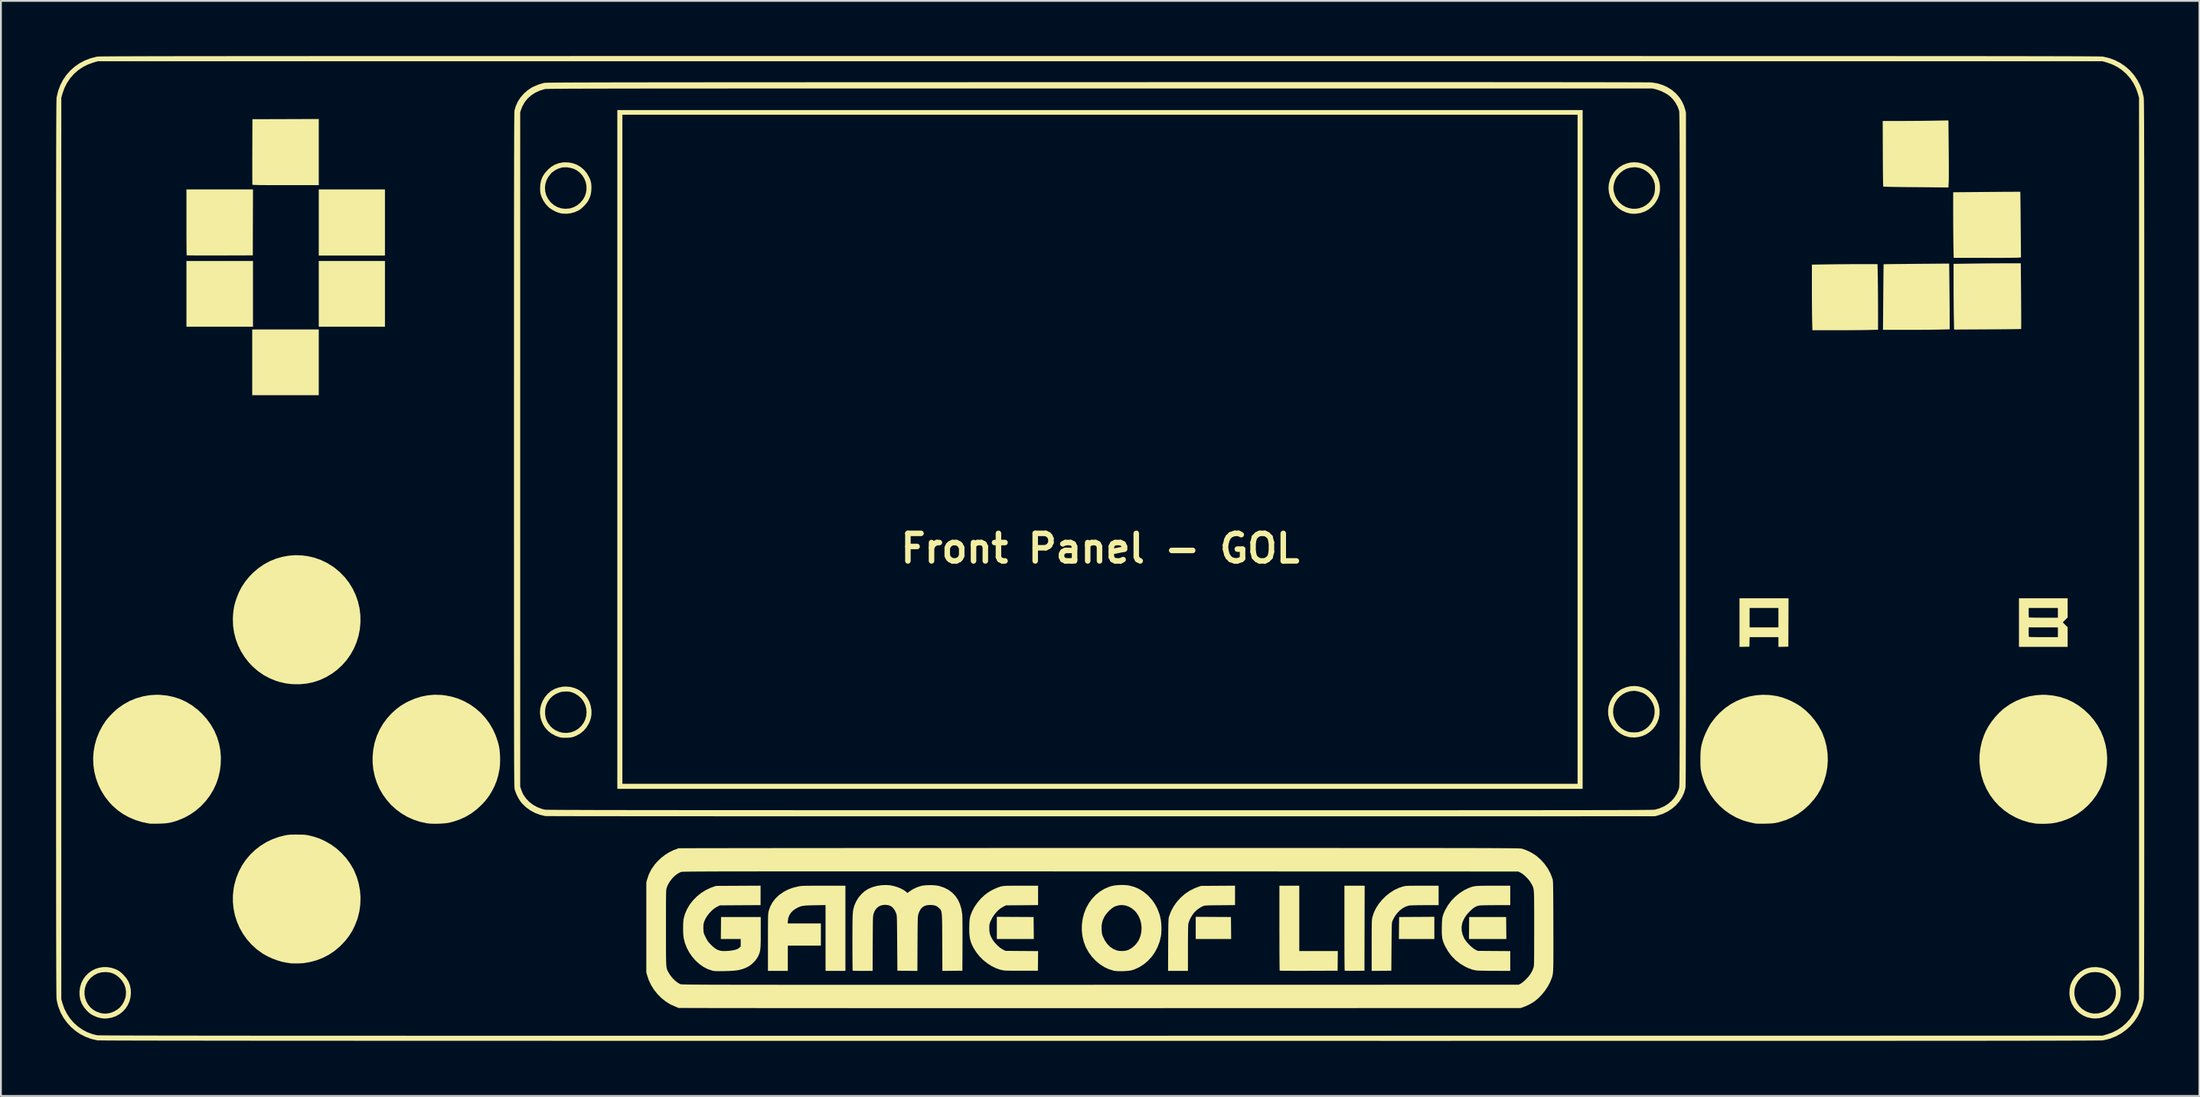
<source format=kicad_pcb>
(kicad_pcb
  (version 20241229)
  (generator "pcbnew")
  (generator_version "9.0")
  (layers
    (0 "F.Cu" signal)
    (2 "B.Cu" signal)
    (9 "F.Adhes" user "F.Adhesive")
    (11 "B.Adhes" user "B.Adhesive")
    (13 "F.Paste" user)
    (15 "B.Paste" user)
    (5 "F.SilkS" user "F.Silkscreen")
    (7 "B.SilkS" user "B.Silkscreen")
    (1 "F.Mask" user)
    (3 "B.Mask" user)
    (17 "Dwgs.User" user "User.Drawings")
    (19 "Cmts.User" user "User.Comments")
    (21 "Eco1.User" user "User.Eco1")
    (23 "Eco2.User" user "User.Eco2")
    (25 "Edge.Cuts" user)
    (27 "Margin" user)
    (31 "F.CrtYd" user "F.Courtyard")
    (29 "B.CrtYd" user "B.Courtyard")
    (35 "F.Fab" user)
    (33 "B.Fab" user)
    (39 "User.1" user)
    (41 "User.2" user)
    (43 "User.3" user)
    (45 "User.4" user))
  (footprint "Front Panel - GOL"
    (layer "F.Cu")
    (at 56.827 26.819)
    (property "Reference" "Front Panel - GOL" (at 0 0 0) (layer "F.SilkS") (effects (font (size 1.5 1.5) (thickness 0.3))))
    (attr board_only exclude_from_pos_files exclude_from_bom)
    (fp_poly (pts (xy -46.108 -13.865) (xy -46.108 -12.075) (xy -47.919 -12.075) (xy -49.73 -12.075) (xy -49.73 -13.865) (xy -49.73 -15.655) (xy -47.919 -15.655) (xy -46.108 -15.655)) (stroke (width 0) (type solid)) (fill yes) (layer "F.SilkS"))
    (fp_poly (pts (xy -42.528 -10.137) (xy -42.528 -8.347) (xy -44.339 -8.347) (xy -46.15 -8.347) (xy -46.15 -10.137) (xy -46.15 -11.927) (xy -44.339 -11.927) (xy -42.528 -11.927)) (stroke (width 0) (type solid)) (fill yes) (layer "F.SilkS"))
    (fp_poly (pts (xy -38.926 -17.752) (xy -38.926 -15.952) (xy -40.727 -15.952) (xy -42.528 -15.952) (xy -42.528 -17.752) (xy -42.528 -19.553) (xy -40.727 -19.553) (xy -38.926 -19.553)) (stroke (width 0) (type solid)) (fill yes) (layer "F.SilkS"))
    (fp_poly (pts (xy -38.926 -13.865) (xy -38.926 -12.075) (xy -40.727 -12.075) (xy -42.528 -12.075) (xy -42.528 -13.865) (xy -42.528 -15.655) (xy -40.727 -15.655) (xy -38.926 -15.655)) (stroke (width 0) (type solid)) (fill yes) (layer "F.SilkS"))
    (fp_poly (pts (xy -4.623 20.067) (xy -3.623 20.072) (xy -3.617 20.671) (xy -3.611 21.269) (xy -4.618 21.269) (xy -5.624 21.269) (xy -5.624 20.665) (xy -5.624 20.061)) (stroke (width 0) (type solid)) (fill yes) (layer "F.SilkS"))
    (fp_poly (pts (xy 6.159 20.067) (xy 7.118 20.072) (xy 7.124 20.671) (xy 7.129 21.269) (xy 6.165 21.269) (xy 5.201 21.269) (xy 5.201 20.665) (xy 5.201 20.061)) (stroke (width 0) (type solid)) (fill yes) (layer "F.SilkS"))
    (fp_poly (pts (xy 18.187 20.665) (xy 18.187 21.269) (xy 17.223 21.269) (xy 16.258 21.269) (xy 16.264 20.671) (xy 16.27 20.072) (xy 17.228 20.067) (xy 18.187 20.061)) (stroke (width 0) (type solid)) (fill yes) (layer "F.SilkS"))
    (fp_poly (pts (xy 22.101 20.671) (xy 22.106 21.269) (xy 21.089 21.269) (xy 20.071 21.269) (xy 20.077 20.671) (xy 20.083 20.072) (xy 21.089 20.072) (xy 22.095 20.072)) (stroke (width 0) (type solid)) (fill yes) (layer "F.SilkS"))
    (fp_poly (pts (xy 26.258 -5.391) (xy 26.258 13.092) (xy -0.011 13.092) (xy -26.279 13.092) (xy -26.279 -5.391) (xy -26.279 -5.402) (xy -26.004 -5.402) (xy -26.004 12.817) (xy -0.011 12.817) (xy 25.983 12.817) (xy 25.983 -5.402) (xy 25.983 -23.621) (xy -0.011 -23.621) (xy -26.004 -23.621) (xy -26.004 -5.402) (xy -26.279 -5.402) (xy -26.279 -23.875) (xy -0.011 -23.875) (xy 26.258 -23.875)) (stroke (width 0) (type solid)) (fill yes) (layer "F.SilkS"))
    (fp_poly (pts (xy 14.39 20.681) (xy 14.384 22.996) (xy 13.853 23.001) (xy 13.707 23.002) (xy 13.575 23.002) (xy 13.464 23.001) (xy 13.378 22.999) (xy 13.324 22.995) (xy 13.308 22.992) (xy 13.306 22.97) (xy 13.304 22.907) (xy 13.302 22.808) (xy 13.3 22.675) (xy 13.299 22.51) (xy 13.297 22.317) (xy 13.296 22.097) (xy 13.295 21.855) (xy 13.294 21.592) (xy 13.294 21.311) (xy 13.293 21.016) (xy 13.293 20.708) (xy 13.293 20.672) (xy 13.293 18.367) (xy 13.844 18.367) (xy 14.395 18.367)) (stroke (width 0) (type solid)) (fill yes) (layer "F.SilkS"))
    (fp_poly (pts (xy 37.459 4.03) (xy 37.454 5.349) (xy 37.184 5.355) (xy 36.914 5.361) (xy 36.914 5.095) (xy 36.914 4.83) (xy 36.131 4.83) (xy 35.347 4.83) (xy 35.341 5.09) (xy 35.335 5.349) (xy 35.065 5.355) (xy 34.795 5.361) (xy 34.795 4.036) (xy 34.795 3.771) (xy 35.346 3.771) (xy 35.346 4.3) (xy 36.13 4.3) (xy 36.914 4.3) (xy 36.914 3.771) (xy 36.914 3.241) (xy 36.13 3.241) (xy 35.346 3.241) (xy 35.346 3.771) (xy 34.795 3.771) (xy 34.795 2.712) (xy 36.13 2.712) (xy 37.465 2.712)) (stroke (width 0) (type solid)) (fill yes) (layer "F.SilkS"))
    (fp_poly (pts (xy -46.113 -17.758) (xy -46.118 -15.962) (xy -47.91 -15.957) (xy -48.182 -15.956) (xy -48.441 -15.956) (xy -48.686 -15.956) (xy -48.912 -15.956) (xy -49.116 -15.957) (xy -49.296 -15.958) (xy -49.447 -15.959) (xy -49.568 -15.961) (xy -49.655 -15.962) (xy -49.705 -15.964) (xy -49.716 -15.966) (xy -49.718 -15.989) (xy -49.72 -16.051) (xy -49.722 -16.149) (xy -49.724 -16.28) (xy -49.726 -16.441) (xy -49.727 -16.629) (xy -49.728 -16.841) (xy -49.729 -17.073) (xy -49.73 -17.322) (xy -49.73 -17.586) (xy -49.73 -17.767) (xy -49.73 -19.553) (xy -47.919 -19.553) (xy -46.107 -19.553)) (stroke (width 0) (type solid)) (fill yes) (layer "F.SilkS"))
    (fp_poly (pts (xy -42.528 -21.587) (xy -42.528 -19.786) (xy -44.329 -19.786) (xy -44.66 -19.786) (xy -44.95 -19.787) (xy -45.203 -19.787) (xy -45.42 -19.788) (xy -45.603 -19.79) (xy -45.756 -19.791) (xy -45.879 -19.794) (xy -45.976 -19.796) (xy -46.048 -19.799) (xy -46.098 -19.803) (xy -46.128 -19.807) (xy -46.14 -19.812) (xy -46.14 -19.813) (xy -46.142 -19.837) (xy -46.143 -19.901) (xy -46.144 -20.001) (xy -46.145 -20.134) (xy -46.146 -20.297) (xy -46.146 -20.486) (xy -46.146 -20.699) (xy -46.146 -20.931) (xy -46.146 -21.181) (xy -46.145 -21.445) (xy -46.145 -21.608) (xy -46.139 -23.377) (xy -44.333 -23.382) (xy -42.528 -23.388)) (stroke (width 0) (type solid)) (fill yes) (layer "F.SilkS"))
    (fp_poly (pts (xy 10.836 20.146) (xy 10.836 21.926) (xy 11.885 21.926) (xy 12.934 21.926) (xy 12.928 22.461) (xy 12.922 22.996) (xy 11.353 23.001) (xy 11.099 23.002) (xy 10.857 23.002) (xy 10.631 23.002) (xy 10.424 23.001) (xy 10.24 23.001) (xy 10.081 23) (xy 9.951 22.998) (xy 9.854 22.996) (xy 9.792 22.994) (xy 9.77 22.992) (xy 9.768 22.97) (xy 9.766 22.907) (xy 9.764 22.808) (xy 9.763 22.675) (xy 9.761 22.51) (xy 9.76 22.317) (xy 9.758 22.097) (xy 9.757 21.855) (xy 9.757 21.592) (xy 9.756 21.311) (xy 9.756 21.016) (xy 9.755 20.708) (xy 9.755 20.672) (xy 9.755 18.367) (xy 10.296 18.367) (xy 10.836 18.367)) (stroke (width 0) (type solid)) (fill yes) (layer "F.SilkS"))
    (fp_poly (pts (xy 42.323 -14.707) (xy 42.326 -14.512) (xy 42.329 -14.283) (xy 42.331 -14.032) (xy 42.333 -13.767) (xy 42.335 -13.499) (xy 42.336 -13.236) (xy 42.337 -12.989) (xy 42.337 -12.921) (xy 42.337 -11.912) (xy 41.793 -11.898) (xy 41.667 -11.896) (xy 41.505 -11.893) (xy 41.312 -11.891) (xy 41.096 -11.889) (xy 40.863 -11.887) (xy 40.618 -11.886) (xy 40.367 -11.885) (xy 40.118 -11.884) (xy 40.007 -11.884) (xy 38.763 -11.884) (xy 38.75 -12.396) (xy 38.747 -12.515) (xy 38.744 -12.67) (xy 38.742 -12.855) (xy 38.74 -13.065) (xy 38.738 -13.294) (xy 38.737 -13.536) (xy 38.736 -13.785) (xy 38.736 -14.034) (xy 38.736 -14.183) (xy 38.736 -15.458) (xy 39.692 -15.472) (xy 39.932 -15.475) (xy 40.196 -15.478) (xy 40.471 -15.48) (xy 40.747 -15.483) (xy 41.014 -15.484) (xy 41.261 -15.485) (xy 41.476 -15.486) (xy 41.479 -15.486) (xy 42.309 -15.486)) (stroke (width 0) (type solid)) (fill yes) (layer "F.SilkS"))
    (fp_poly (pts (xy 50.121 -13.747) (xy 50.123 -13.476) (xy 50.125 -13.217) (xy 50.126 -12.974) (xy 50.127 -12.749) (xy 50.128 -12.546) (xy 50.128 -12.367) (xy 50.128 -12.217) (xy 50.127 -12.097) (xy 50.126 -12.012) (xy 50.125 -11.963) (xy 50.124 -11.953) (xy 50.101 -11.951) (xy 50.04 -11.949) (xy 49.942 -11.947) (xy 49.81 -11.945) (xy 49.649 -11.943) (xy 49.461 -11.94) (xy 49.249 -11.938) (xy 49.017 -11.936) (xy 48.766 -11.934) (xy 48.502 -11.932) (xy 48.293 -11.931) (xy 46.475 -11.921) (xy 46.461 -12.607) (xy 46.458 -12.772) (xy 46.455 -12.972) (xy 46.453 -13.198) (xy 46.451 -13.443) (xy 46.449 -13.698) (xy 46.448 -13.955) (xy 46.447 -14.208) (xy 46.447 -14.397) (xy 46.447 -15.5) (xy 47.435 -15.514) (xy 47.678 -15.517) (xy 47.943 -15.52) (xy 48.22 -15.523) (xy 48.498 -15.525) (xy 48.767 -15.527) (xy 49.016 -15.528) (xy 49.235 -15.528) (xy 49.264 -15.528) (xy 50.105 -15.528)) (stroke (width 0) (type solid)) (fill yes) (layer "F.SilkS"))
    (fp_poly (pts (xy 46.221 -14.351) (xy 46.223 -14.107) (xy 46.226 -13.854) (xy 46.228 -13.601) (xy 46.231 -13.354) (xy 46.232 -13.121) (xy 46.234 -12.907) (xy 46.234 -12.722) (xy 46.235 -12.571) (xy 46.235 -12.56) (xy 46.235 -11.934) (xy 45.679 -11.92) (xy 45.551 -11.917) (xy 45.386 -11.915) (xy 45.192 -11.912) (xy 44.974 -11.91) (xy 44.739 -11.909) (xy 44.492 -11.907) (xy 44.24 -11.906) (xy 43.988 -11.906) (xy 43.864 -11.906) (xy 42.605 -11.906) (xy 42.619 -13.688) (xy 42.621 -13.959) (xy 42.624 -14.218) (xy 42.626 -14.461) (xy 42.628 -14.686) (xy 42.63 -14.888) (xy 42.632 -15.066) (xy 42.634 -15.217) (xy 42.636 -15.336) (xy 42.638 -15.421) (xy 42.639 -15.469) (xy 42.64 -15.478) (xy 42.662 -15.479) (xy 42.723 -15.481) (xy 42.82 -15.483) (xy 42.95 -15.485) (xy 43.11 -15.487) (xy 43.297 -15.489) (xy 43.508 -15.491) (xy 43.739 -15.493) (xy 43.988 -15.496) (xy 44.251 -15.498) (xy 44.427 -15.5) (xy 46.207 -15.514)) (stroke (width 0) (type solid)) (fill yes) (layer "F.SilkS"))
    (fp_poly (pts (xy 50.012 -19.425) (xy 50.065 -19.424) (xy 50.078 -19.423) (xy 50.079 -19.401) (xy 50.081 -19.34) (xy 50.083 -19.243) (xy 50.084 -19.113) (xy 50.087 -18.952) (xy 50.089 -18.765) (xy 50.091 -18.555) (xy 50.094 -18.323) (xy 50.096 -18.074) (xy 50.098 -17.811) (xy 50.1 -17.634) (xy 50.115 -15.852) (xy 49.983 -15.838) (xy 49.941 -15.836) (xy 49.861 -15.834) (xy 49.745 -15.832) (xy 49.597 -15.831) (xy 49.421 -15.829) (xy 49.22 -15.828) (xy 48.998 -15.826) (xy 48.757 -15.826) (xy 48.503 -15.825) (xy 48.237 -15.825) (xy 48.152 -15.825) (xy 46.453 -15.825) (xy 46.439 -16.495) (xy 46.437 -16.656) (xy 46.434 -16.852) (xy 46.432 -17.074) (xy 46.429 -17.316) (xy 46.428 -17.568) (xy 46.426 -17.825) (xy 46.426 -18.077) (xy 46.425 -18.283) (xy 46.425 -19.399) (xy 48.248 -19.415) (xy 48.522 -19.417) (xy 48.784 -19.419) (xy 49.03 -19.421) (xy 49.258 -19.423) (xy 49.464 -19.424) (xy 49.646 -19.424) (xy 49.8 -19.425) (xy 49.923 -19.425)) (stroke (width 0) (type solid)) (fill yes) (layer "F.SilkS"))
    (fp_poly (pts (xy 46.182 -21.762) (xy 46.184 -21.501) (xy 46.186 -21.247) (xy 46.187 -21.002) (xy 46.188 -20.772) (xy 46.188 -20.56) (xy 46.188 -20.371) (xy 46.187 -20.209) (xy 46.186 -20.078) (xy 46.184 -19.982) (xy 46.182 -19.937) (xy 46.166 -19.659) (xy 45.74 -19.663) (xy 45.64 -19.664) (xy 45.504 -19.665) (xy 45.336 -19.667) (xy 45.141 -19.669) (xy 44.924 -19.671) (xy 44.692 -19.673) (xy 44.449 -19.675) (xy 44.2 -19.677) (xy 43.975 -19.679) (xy 43.741 -19.681) (xy 43.519 -19.684) (xy 43.313 -19.687) (xy 43.127 -19.69) (xy 42.965 -19.694) (xy 42.829 -19.697) (xy 42.724 -19.701) (xy 42.654 -19.704) (xy 42.621 -19.708) (xy 42.619 -19.708) (xy 42.617 -19.732) (xy 42.614 -19.795) (xy 42.611 -19.893) (xy 42.608 -20.025) (xy 42.606 -20.186) (xy 42.603 -20.375) (xy 42.601 -20.586) (xy 42.599 -20.818) (xy 42.598 -21.068) (xy 42.596 -21.331) (xy 42.596 -21.504) (xy 42.59 -23.282) (xy 43.487 -23.282) (xy 43.728 -23.282) (xy 43.998 -23.283) (xy 44.284 -23.285) (xy 44.575 -23.287) (xy 44.857 -23.29) (xy 45.117 -23.293) (xy 45.275 -23.296) (xy 46.166 -23.31)) (stroke (width 0) (type solid)) (fill yes) (layer "F.SilkS"))
    (fp_poly (pts (xy 52.654 3.235) (xy 52.654 3.759) (xy 52.522 3.892) (xy 52.39 4.025) (xy 52.522 4.158) (xy 52.654 4.291) (xy 52.654 4.825) (xy 52.654 5.36) (xy 51.33 5.36) (xy 50.006 5.36) (xy 50.006 4.551) (xy 50.535 4.551) (xy 50.536 4.65) (xy 50.539 4.733) (xy 50.544 4.792) (xy 50.549 4.816) (xy 50.573 4.819) (xy 50.634 4.822) (xy 50.728 4.825) (xy 50.85 4.827) (xy 50.996 4.829) (xy 51.159 4.83) (xy 51.337 4.83) (xy 51.344 4.83) (xy 52.124 4.83) (xy 52.124 4.565) (xy 52.124 4.3) (xy 51.33 4.3) (xy 50.535 4.3) (xy 50.535 4.551) (xy 50.006 4.551) (xy 50.006 4.036) (xy 50.006 3.492) (xy 50.535 3.492) (xy 50.536 3.591) (xy 50.539 3.674) (xy 50.544 3.732) (xy 50.549 3.757) (xy 50.573 3.76) (xy 50.634 3.763) (xy 50.728 3.765) (xy 50.85 3.768) (xy 50.996 3.769) (xy 51.159 3.77) (xy 51.337 3.771) (xy 51.344 3.771) (xy 52.124 3.771) (xy 52.124 3.506) (xy 52.124 3.241) (xy 51.33 3.241) (xy 50.535 3.241) (xy 50.535 3.492) (xy 50.006 3.492) (xy 50.006 2.712) (xy 51.33 2.712) (xy 52.654 2.712)) (stroke (width 0) (type solid)) (fill yes) (layer "F.SilkS"))
    (fp_poly (pts (xy 7.34 18.894) (xy 7.34 19.423) (xy 6.519 19.43) (xy 6.31 19.432) (xy 6.139 19.434) (xy 6.001 19.436) (xy 5.892 19.439) (xy 5.807 19.443) (xy 5.743 19.447) (xy 5.693 19.453) (xy 5.655 19.46) (xy 5.623 19.469) (xy 5.593 19.481) (xy 5.588 19.483) (xy 5.452 19.552) (xy 5.312 19.649) (xy 5.181 19.761) (xy 5.094 19.856) (xy 5.012 19.97) (xy 4.934 20.1) (xy 4.868 20.235) (xy 4.819 20.36) (xy 4.798 20.44) (xy 4.794 20.485) (xy 4.79 20.569) (xy 4.786 20.689) (xy 4.783 20.841) (xy 4.781 21.023) (xy 4.779 21.23) (xy 4.778 21.459) (xy 4.777 21.708) (xy 4.777 21.78) (xy 4.777 23.006) (xy 4.236 23.006) (xy 3.695 23.006) (xy 3.702 21.592) (xy 3.703 21.309) (xy 3.705 21.065) (xy 3.706 20.858) (xy 3.708 20.682) (xy 3.71 20.537) (xy 3.713 20.417) (xy 3.716 20.32) (xy 3.719 20.244) (xy 3.724 20.183) (xy 3.729 20.136) (xy 3.734 20.099) (xy 3.741 20.068) (xy 3.745 20.054) (xy 3.851 19.769) (xy 3.995 19.499) (xy 4.172 19.247) (xy 4.379 19.018) (xy 4.612 18.815) (xy 4.867 18.642) (xy 5.142 18.503) (xy 5.285 18.448) (xy 5.487 18.377) (xy 6.414 18.371) (xy 7.34 18.365)) (stroke (width 0) (type solid)) (fill yes) (layer "F.SilkS"))
    (fp_poly (pts (xy -43.45 0.377) (xy -43.094 0.425) (xy -42.743 0.51) (xy -42.4 0.633) (xy -42.068 0.794) (xy -41.749 0.993) (xy -41.667 1.052) (xy -41.374 1.297) (xy -41.111 1.569) (xy -40.88 1.867) (xy -40.683 2.187) (xy -40.522 2.527) (xy -40.397 2.883) (xy -40.31 3.252) (xy -40.264 3.626) (xy -40.258 4.014) (xy -40.292 4.394) (xy -40.364 4.764) (xy -40.475 5.121) (xy -40.622 5.463) (xy -40.804 5.787) (xy -41.019 6.09) (xy -41.268 6.37) (xy -41.547 6.623) (xy -41.811 6.819) (xy -42.139 7.014) (xy -42.479 7.17) (xy -42.83 7.285) (xy -43.194 7.36) (xy -43.573 7.395) (xy -43.967 7.391) (xy -43.979 7.39) (xy -44.324 7.349) (xy -44.677 7.267) (xy -44.856 7.211) (xy -45.2 7.071) (xy -45.524 6.897) (xy -45.824 6.69) (xy -46.1 6.454) (xy -46.35 6.192) (xy -46.571 5.905) (xy -46.762 5.598) (xy -46.922 5.272) (xy -47.048 4.931) (xy -47.138 4.577) (xy -47.191 4.214) (xy -47.205 3.843) (xy -47.193 3.607) (xy -47.173 3.411) (xy -47.149 3.243) (xy -47.117 3.087) (xy -47.074 2.926) (xy -47.019 2.752) (xy -46.888 2.415) (xy -46.727 2.101) (xy -46.532 1.806) (xy -46.3 1.524) (xy -46.103 1.322) (xy -45.819 1.077) (xy -45.515 0.867) (xy -45.194 0.694) (xy -44.86 0.557) (xy -44.516 0.457) (xy -44.164 0.394) (xy -43.808 0.367)) (stroke (width 0) (type solid)) (fill yes) (layer "F.SilkS"))
    (fp_poly (pts (xy 51.478 7.972) (xy 51.864 8.01) (xy 52.233 8.086) (xy 52.587 8.202) (xy 52.924 8.357) (xy 53.245 8.552) (xy 53.55 8.785) (xy 53.832 9.051) (xy 54.08 9.338) (xy 54.292 9.646) (xy 54.468 9.971) (xy 54.608 10.311) (xy 54.711 10.663) (xy 54.778 11.023) (xy 54.806 11.389) (xy 54.796 11.757) (xy 54.748 12.124) (xy 54.661 12.487) (xy 54.535 12.843) (xy 54.409 13.113) (xy 54.22 13.436) (xy 53.998 13.736) (xy 53.747 14.01) (xy 53.47 14.256) (xy 53.171 14.469) (xy 52.853 14.648) (xy 52.635 14.745) (xy 52.344 14.85) (xy 52.065 14.925) (xy 51.787 14.972) (xy 51.494 14.993) (xy 51.306 14.995) (xy 51.189 14.994) (xy 51.083 14.991) (xy 50.996 14.988) (xy 50.939 14.985) (xy 50.927 14.984) (xy 50.552 14.915) (xy 50.19 14.807) (xy 49.843 14.661) (xy 49.514 14.481) (xy 49.206 14.267) (xy 48.923 14.022) (xy 48.668 13.747) (xy 48.442 13.445) (xy 48.426 13.42) (xy 48.235 13.088) (xy 48.082 12.74) (xy 47.968 12.381) (xy 47.893 12.014) (xy 47.857 11.641) (xy 47.86 11.266) (xy 47.903 10.892) (xy 47.985 10.522) (xy 48.108 10.16) (xy 48.197 9.957) (xy 48.337 9.697) (xy 48.511 9.436) (xy 48.709 9.184) (xy 48.925 8.95) (xy 49.15 8.745) (xy 49.211 8.696) (xy 49.524 8.479) (xy 49.856 8.299) (xy 50.203 8.157) (xy 50.563 8.054) (xy 50.932 7.991) (xy 51.309 7.968)) (stroke (width 0) (type solid)) (fill yes) (layer "F.SilkS"))
    (fp_poly (pts (xy 18.42 18.896) (xy 18.42 19.426) (xy 17.672 19.426) (xy 17.465 19.427) (xy 17.278 19.429) (xy 17.114 19.432) (xy 16.978 19.436) (xy 16.875 19.441) (xy 16.808 19.447) (xy 16.798 19.449) (xy 16.635 19.499) (xy 16.473 19.586) (xy 16.318 19.704) (xy 16.175 19.849) (xy 16.049 20.016) (xy 15.947 20.199) (xy 15.916 20.269) (xy 15.906 20.294) (xy 15.897 20.319) (xy 15.89 20.347) (xy 15.884 20.382) (xy 15.879 20.426) (xy 15.875 20.483) (xy 15.871 20.557) (xy 15.868 20.651) (xy 15.866 20.769) (xy 15.864 20.913) (xy 15.862 21.088) (xy 15.86 21.296) (xy 15.858 21.542) (xy 15.856 21.693) (xy 15.846 22.996) (xy 15.311 23.001) (xy 14.776 23.007) (xy 14.776 21.624) (xy 14.776 21.346) (xy 14.777 21.107) (xy 14.777 20.904) (xy 14.778 20.732) (xy 14.779 20.59) (xy 14.781 20.472) (xy 14.784 20.377) (xy 14.787 20.299) (xy 14.791 20.237) (xy 14.796 20.187) (xy 14.802 20.145) (xy 14.809 20.107) (xy 14.817 20.072) (xy 14.897 19.826) (xy 15.014 19.584) (xy 15.165 19.351) (xy 15.344 19.132) (xy 15.547 18.931) (xy 15.769 18.753) (xy 16.006 18.603) (xy 16.253 18.485) (xy 16.486 18.408) (xy 16.529 18.398) (xy 16.573 18.389) (xy 16.623 18.383) (xy 16.683 18.377) (xy 16.758 18.373) (xy 16.853 18.371) (xy 16.971 18.369) (xy 17.118 18.368) (xy 17.298 18.367) (xy 17.515 18.367) (xy 17.533 18.367) (xy 18.42 18.367)) (stroke (width 0) (type solid)) (fill yes) (layer "F.SilkS"))
    (fp_poly (pts (xy -13.865 20.686) (xy -13.865 23.006) (xy -14.405 23.006) (xy -14.946 23.006) (xy -14.946 21.214) (xy -14.946 19.421) (xy -15.533 19.431) (xy -15.728 19.435) (xy -15.887 19.44) (xy -16.016 19.447) (xy -16.121 19.457) (xy -16.208 19.47) (xy -16.284 19.488) (xy -16.355 19.512) (xy -16.427 19.543) (xy -16.505 19.581) (xy -16.508 19.583) (xy -16.675 19.687) (xy -16.81 19.815) (xy -16.911 19.962) (xy -16.975 20.126) (xy -17 20.304) (xy -17 20.321) (xy -17 20.422) (xy -16.1 20.422) (xy -15.2 20.422) (xy -15.2 21.025) (xy -15.2 21.629) (xy -16.1 21.629) (xy -17 21.629) (xy -17 22.318) (xy -17 23.006) (xy -17.541 23.006) (xy -18.081 23.006) (xy -18.081 21.453) (xy -18.081 21.157) (xy -18.081 20.902) (xy -18.08 20.682) (xy -18.079 20.495) (xy -18.078 20.337) (xy -18.077 20.207) (xy -18.075 20.099) (xy -18.072 20.012) (xy -18.069 19.942) (xy -18.065 19.886) (xy -18.06 19.84) (xy -18.054 19.803) (xy -18.047 19.769) (xy -18.04 19.738) (xy -17.957 19.501) (xy -17.836 19.277) (xy -17.679 19.072) (xy -17.488 18.888) (xy -17.46 18.865) (xy -17.237 18.707) (xy -16.998 18.58) (xy -16.738 18.482) (xy -16.454 18.41) (xy -16.406 18.401) (xy -16.359 18.393) (xy -16.309 18.386) (xy -16.251 18.381) (xy -16.182 18.377) (xy -16.099 18.373) (xy -15.997 18.371) (xy -15.872 18.369) (xy -15.72 18.368) (xy -15.538 18.367) (xy -15.322 18.367) (xy -15.067 18.367) (xy -15.053 18.367) (xy -13.865 18.367)) (stroke (width 0) (type solid)) (fill yes) (layer "F.SilkS"))
    (fp_poly (pts (xy -51.181 7.972) (xy -50.796 8.009) (xy -50.428 8.086) (xy -50.076 8.201) (xy -49.74 8.356) (xy -49.421 8.55) (xy -49.117 8.782) (xy -48.892 8.991) (xy -48.628 9.284) (xy -48.402 9.595) (xy -48.214 9.923) (xy -48.065 10.267) (xy -47.955 10.624) (xy -47.885 10.994) (xy -47.855 11.374) (xy -47.866 11.763) (xy -47.909 12.111) (xy -47.992 12.474) (xy -48.114 12.824) (xy -48.271 13.158) (xy -48.463 13.473) (xy -48.687 13.766) (xy -48.94 14.035) (xy -49.22 14.277) (xy -49.524 14.488) (xy -49.851 14.667) (xy -50.198 14.811) (xy -50.214 14.817) (xy -50.386 14.873) (xy -50.541 14.916) (xy -50.691 14.946) (xy -50.847 14.967) (xy -51.02 14.98) (xy -51.222 14.987) (xy -51.255 14.988) (xy -51.388 14.99) (xy -51.509 14.99) (xy -51.612 14.99) (xy -51.689 14.988) (xy -51.731 14.985) (xy -51.732 14.985) (xy -52.128 14.906) (xy -52.503 14.792) (xy -52.856 14.643) (xy -53.186 14.46) (xy -53.49 14.243) (xy -53.769 13.994) (xy -53.918 13.835) (xy -54.157 13.531) (xy -54.359 13.21) (xy -54.524 12.874) (xy -54.651 12.526) (xy -54.741 12.169) (xy -54.793 11.807) (xy -54.808 11.441) (xy -54.784 11.075) (xy -54.722 10.713) (xy -54.622 10.356) (xy -54.484 10.007) (xy -54.307 9.671) (xy -54.119 9.385) (xy -54.015 9.254) (xy -53.888 9.111) (xy -53.747 8.966) (xy -53.604 8.83) (xy -53.469 8.714) (xy -53.448 8.697) (xy -53.137 8.48) (xy -52.807 8.3) (xy -52.46 8.158) (xy -52.1 8.055) (xy -51.731 7.991) (xy -51.355 7.968)) (stroke (width 0) (type solid)) (fill yes) (layer "F.SilkS"))
    (fp_poly (pts (xy -35.853 7.978) (xy -35.681 7.997) (xy -35.308 8.067) (xy -34.951 8.175) (xy -34.611 8.32) (xy -34.291 8.498) (xy -33.992 8.709) (xy -33.717 8.95) (xy -33.468 9.22) (xy -33.248 9.515) (xy -33.058 9.835) (xy -32.9 10.177) (xy -32.777 10.539) (xy -32.719 10.772) (xy -32.69 10.946) (xy -32.67 11.149) (xy -32.659 11.368) (xy -32.658 11.589) (xy -32.667 11.8) (xy -32.686 11.988) (xy -32.695 12.043) (xy -32.761 12.362) (xy -32.847 12.655) (xy -32.958 12.933) (xy -33.099 13.211) (xy -33.116 13.241) (xy -33.232 13.433) (xy -33.354 13.607) (xy -33.493 13.777) (xy -33.64 13.937) (xy -33.923 14.201) (xy -34.225 14.429) (xy -34.548 14.62) (xy -34.892 14.774) (xy -35.259 14.893) (xy -35.444 14.938) (xy -35.576 14.959) (xy -35.74 14.976) (xy -35.923 14.987) (xy -36.113 14.993) (xy -36.3 14.992) (xy -36.472 14.985) (xy -36.617 14.971) (xy -36.649 14.966) (xy -37.022 14.885) (xy -37.377 14.767) (xy -37.714 14.615) (xy -38.028 14.429) (xy -38.32 14.214) (xy -38.587 13.971) (xy -38.826 13.702) (xy -39.037 13.41) (xy -39.218 13.097) (xy -39.366 12.765) (xy -39.479 12.416) (xy -39.557 12.054) (xy -39.596 11.68) (xy -39.598 11.344) (xy -39.561 10.951) (xy -39.486 10.574) (xy -39.371 10.213) (xy -39.218 9.869) (xy -39.027 9.543) (xy -38.797 9.235) (xy -38.555 8.972) (xy -38.316 8.754) (xy -38.064 8.566) (xy -37.789 8.4) (xy -37.666 8.336) (xy -37.311 8.181) (xy -36.955 8.068) (xy -36.594 7.997) (xy -36.227 7.967)) (stroke (width 0) (type solid)) (fill yes) (layer "F.SilkS"))
    (fp_poly (pts (xy 54.23 22.8) (xy 54.469 22.832) (xy 54.692 22.901) (xy 54.896 23.005) (xy 55.079 23.14) (xy 55.236 23.302) (xy 55.365 23.49) (xy 55.462 23.699) (xy 55.526 23.927) (xy 55.55 24.129) (xy 55.543 24.373) (xy 55.497 24.602) (xy 55.411 24.816) (xy 55.286 25.016) (xy 55.142 25.181) (xy 55.052 25.268) (xy 54.974 25.332) (xy 54.893 25.385) (xy 54.796 25.437) (xy 54.771 25.449) (xy 54.557 25.535) (xy 54.348 25.585) (xy 54.133 25.598) (xy 53.976 25.588) (xy 53.749 25.542) (xy 53.533 25.455) (xy 53.331 25.331) (xy 53.164 25.187) (xy 53.004 25) (xy 52.883 24.797) (xy 52.802 24.579) (xy 52.759 24.345) (xy 52.753 24.214) (xy 52.756 24.157) (xy 53.018 24.157) (xy 53.031 24.352) (xy 53.085 24.571) (xy 53.175 24.767) (xy 53.299 24.94) (xy 53.455 25.086) (xy 53.644 25.204) (xy 53.698 25.23) (xy 53.893 25.3) (xy 54.086 25.33) (xy 54.286 25.321) (xy 54.38 25.304) (xy 54.585 25.242) (xy 54.768 25.144) (xy 54.934 25.009) (xy 54.944 24.999) (xy 55.083 24.833) (xy 55.186 24.65) (xy 55.252 24.456) (xy 55.282 24.256) (xy 55.275 24.055) (xy 55.232 23.857) (xy 55.152 23.668) (xy 55.036 23.492) (xy 54.952 23.398) (xy 54.784 23.257) (xy 54.6 23.156) (xy 54.399 23.093) (xy 54.183 23.07) (xy 54.159 23.07) (xy 53.948 23.085) (xy 53.761 23.132) (xy 53.591 23.213) (xy 53.43 23.332) (xy 53.357 23.4) (xy 53.215 23.569) (xy 53.11 23.754) (xy 53.044 23.951) (xy 53.018 24.157) (xy 52.756 24.157) (xy 52.766 23.979) (xy 52.812 23.768) (xy 52.892 23.574) (xy 53.009 23.391) (xy 53.162 23.216) (xy 53.347 23.054) (xy 53.543 22.932) (xy 53.752 22.85) (xy 53.977 22.806) (xy 54.221 22.799)) (stroke (width 0) (type solid)) (fill yes) (layer "F.SilkS"))
    (fp_poly (pts (xy -43.714 15.582) (xy -43.555 15.583) (xy -43.429 15.586) (xy -43.327 15.591) (xy -43.24 15.599) (xy -43.159 15.611) (xy -43.074 15.627) (xy -43.057 15.631) (xy -42.806 15.693) (xy -42.574 15.768) (xy -42.344 15.862) (xy -42.178 15.942) (xy -41.866 16.12) (xy -41.571 16.334) (xy -41.297 16.58) (xy -41.048 16.852) (xy -40.829 17.147) (xy -40.645 17.46) (xy -40.601 17.549) (xy -40.457 17.897) (xy -40.351 18.258) (xy -40.284 18.629) (xy -40.255 19.004) (xy -40.266 19.38) (xy -40.315 19.751) (xy -40.404 20.113) (xy -40.43 20.194) (xy -40.557 20.525) (xy -40.707 20.828) (xy -40.884 21.11) (xy -41.094 21.378) (xy -41.342 21.638) (xy -41.369 21.665) (xy -41.653 21.907) (xy -41.961 22.115) (xy -42.292 22.289) (xy -42.641 22.426) (xy -43.008 22.526) (xy -43.332 22.581) (xy -43.421 22.589) (xy -43.535 22.595) (xy -43.662 22.599) (xy -43.791 22.601) (xy -43.911 22.6) (xy -44.011 22.596) (xy -44.074 22.59) (xy -44.121 22.583) (xy -44.194 22.572) (xy -44.279 22.56) (xy -44.286 22.559) (xy -44.529 22.51) (xy -44.789 22.433) (xy -45.052 22.334) (xy -45.307 22.217) (xy -45.542 22.087) (xy -45.604 22.048) (xy -45.912 21.823) (xy -46.19 21.569) (xy -46.437 21.29) (xy -46.652 20.988) (xy -46.833 20.667) (xy -46.98 20.329) (xy -47.092 19.977) (xy -47.166 19.614) (xy -47.203 19.244) (xy -47.2 18.868) (xy -47.156 18.49) (xy -47.122 18.314) (xy -47.02 17.946) (xy -46.88 17.596) (xy -46.706 17.266) (xy -46.499 16.959) (xy -46.261 16.676) (xy -45.995 16.421) (xy -45.703 16.194) (xy -45.387 15.998) (xy -45.049 15.835) (xy -44.691 15.707) (xy -44.392 15.632) (xy -44.3 15.614) (xy -44.217 15.6) (xy -44.133 15.591) (xy -44.039 15.586) (xy -43.925 15.583) (xy -43.782 15.582)) (stroke (width 0) (type solid)) (fill yes) (layer "F.SilkS"))
    (fp_poly (pts (xy -3.379 18.895) (xy -3.379 19.423) (xy -4.253 19.43) (xy -5.128 19.437) (xy -5.268 19.506) (xy -5.429 19.605) (xy -5.584 19.739) (xy -5.728 19.9) (xy -5.853 20.08) (xy -5.953 20.271) (xy -5.971 20.313) (xy -6.001 20.393) (xy -6.02 20.459) (xy -6.03 20.528) (xy -6.034 20.612) (xy -6.034 20.697) (xy -6.029 20.836) (xy -6.01 20.956) (xy -5.975 21.07) (xy -5.918 21.192) (xy -5.854 21.306) (xy -5.776 21.419) (xy -5.674 21.537) (xy -5.559 21.651) (xy -5.44 21.75) (xy -5.329 21.825) (xy -5.297 21.842) (xy -5.149 21.915) (xy -4.263 21.922) (xy -3.378 21.928) (xy -3.384 22.462) (xy -3.389 22.996) (xy -4.247 22.998) (xy -4.44 22.998) (xy -4.623 22.998) (xy -4.793 22.996) (xy -4.944 22.994) (xy -5.069 22.992) (xy -5.165 22.989) (xy -5.225 22.985) (xy -5.234 22.984) (xy -5.463 22.935) (xy -5.697 22.849) (xy -5.93 22.731) (xy -6.156 22.584) (xy -6.367 22.414) (xy -6.56 22.223) (xy -6.726 22.017) (xy -6.773 21.947) (xy -6.881 21.772) (xy -6.966 21.611) (xy -7.03 21.455) (xy -7.076 21.295) (xy -7.106 21.124) (xy -7.122 20.932) (xy -7.126 20.713) (xy -7.123 20.564) (xy -7.118 20.41) (xy -7.111 20.291) (xy -7.102 20.196) (xy -7.09 20.118) (xy -7.074 20.047) (xy -7.066 20.019) (xy -6.976 19.777) (xy -6.85 19.535) (xy -6.692 19.302) (xy -6.51 19.085) (xy -6.307 18.891) (xy -6.128 18.753) (xy -5.969 18.653) (xy -5.794 18.56) (xy -5.618 18.482) (xy -5.455 18.423) (xy -5.404 18.409) (xy -5.361 18.399) (xy -5.317 18.391) (xy -5.269 18.384) (xy -5.212 18.378) (xy -5.14 18.374) (xy -5.051 18.371) (xy -4.939 18.369) (xy -4.801 18.368) (xy -4.631 18.367) (xy -4.425 18.367) (xy -4.308 18.367) (xy -3.379 18.367)) (stroke (width 0) (type solid)) (fill yes) (layer "F.SilkS"))
    (fp_poly (pts (xy 29.317 7.515) (xy 29.527 7.572) (xy 29.724 7.662) (xy 29.905 7.781) (xy 30.066 7.927) (xy 30.204 8.099) (xy 30.314 8.294) (xy 30.394 8.51) (xy 30.439 8.745) (xy 30.445 8.823) (xy 30.439 9.058) (xy 30.395 9.28) (xy 30.317 9.489) (xy 30.207 9.679) (xy 30.069 9.849) (xy 29.907 9.996) (xy 29.723 10.117) (xy 29.522 10.209) (xy 29.307 10.269) (xy 29.081 10.294) (xy 28.847 10.282) (xy 28.737 10.263) (xy 28.527 10.197) (xy 28.328 10.094) (xy 28.144 9.958) (xy 27.982 9.796) (xy 27.846 9.611) (xy 27.742 9.41) (xy 27.701 9.294) (xy 27.652 9.063) (xy 27.646 8.917) (xy 27.916 8.917) (xy 27.939 9.118) (xy 27.998 9.31) (xy 28.089 9.49) (xy 28.209 9.651) (xy 28.357 9.79) (xy 28.53 9.902) (xy 28.725 9.981) (xy 28.751 9.988) (xy 28.842 10.005) (xy 28.959 10.015) (xy 29.086 10.017) (xy 29.206 10.012) (xy 29.303 9.999) (xy 29.309 9.997) (xy 29.503 9.932) (xy 29.68 9.832) (xy 29.834 9.703) (xy 29.964 9.549) (xy 30.065 9.375) (xy 30.137 9.187) (xy 30.174 8.989) (xy 30.175 8.786) (xy 30.146 8.616) (xy 30.081 8.438) (xy 29.983 8.267) (xy 29.861 8.111) (xy 29.721 7.981) (xy 29.591 7.896) (xy 29.489 7.851) (xy 29.367 7.81) (xy 29.239 7.778) (xy 29.121 7.758) (xy 29.056 7.754) (xy 28.843 7.775) (xy 28.64 7.835) (xy 28.453 7.929) (xy 28.286 8.055) (xy 28.144 8.21) (xy 28.032 8.39) (xy 27.981 8.507) (xy 27.929 8.712) (xy 27.916 8.917) (xy 27.646 8.917) (xy 27.643 8.832) (xy 27.672 8.606) (xy 27.737 8.388) (xy 27.837 8.183) (xy 27.968 7.997) (xy 28.13 7.833) (xy 28.32 7.696) (xy 28.419 7.642) (xy 28.645 7.552) (xy 28.872 7.503) (xy 29.097 7.491)) (stroke (width 0) (type solid)) (fill yes) (layer "F.SilkS"))
    (fp_poly (pts (xy -28.837 7.54) (xy -28.611 7.598) (xy -28.402 7.691) (xy -28.213 7.816) (xy -28.048 7.97) (xy -27.91 8.149) (xy -27.801 8.351) (xy -27.726 8.574) (xy -27.687 8.812) (xy -27.685 8.844) (xy -27.686 9.041) (xy -27.715 9.227) (xy -27.776 9.414) (xy -27.837 9.549) (xy -27.962 9.755) (xy -28.118 9.934) (xy -28.304 10.083) (xy -28.517 10.201) (xy -28.634 10.248) (xy -28.715 10.274) (xy -28.793 10.291) (xy -28.88 10.302) (xy -28.991 10.308) (xy -29.044 10.309) (xy -29.203 10.309) (xy -29.329 10.301) (xy -29.404 10.287) (xy -29.645 10.202) (xy -29.86 10.085) (xy -30.048 9.938) (xy -30.205 9.764) (xy -30.331 9.563) (xy -30.422 9.34) (xy -30.461 9.19) (xy -30.49 8.955) (xy -30.483 8.837) (xy -30.209 8.837) (xy -30.209 9.006) (xy -30.19 9.167) (xy -30.16 9.282) (xy -30.071 9.478) (xy -29.951 9.649) (xy -29.804 9.793) (xy -29.635 9.907) (xy -29.448 9.989) (xy -29.248 10.036) (xy -29.04 10.047) (xy -28.827 10.018) (xy -28.779 10.006) (xy -28.582 9.931) (xy -28.405 9.821) (xy -28.252 9.682) (xy -28.127 9.518) (xy -28.033 9.334) (xy -27.974 9.134) (xy -27.953 8.923) (xy -27.953 8.919) (xy -27.973 8.704) (xy -28.032 8.502) (xy -28.126 8.317) (xy -28.253 8.152) (xy -28.41 8.012) (xy -28.594 7.899) (xy -28.788 7.822) (xy -28.908 7.798) (xy -29.052 7.79) (xy -29.202 7.796) (xy -29.342 7.816) (xy -29.414 7.836) (xy -29.624 7.924) (xy -29.805 8.042) (xy -29.956 8.192) (xy -30.078 8.371) (xy -30.153 8.537) (xy -30.19 8.676) (xy -30.209 8.837) (xy -30.483 8.837) (xy -30.477 8.727) (xy -30.423 8.501) (xy -30.348 8.315) (xy -30.222 8.1) (xy -30.069 7.917) (xy -29.891 7.766) (xy -29.689 7.65) (xy -29.468 7.57) (xy -29.228 7.527) (xy -29.077 7.52)) (stroke (width 0) (type solid)) (fill yes) (layer "F.SilkS"))
    (fp_poly (pts (xy 22.318 18.896) (xy 22.318 19.426) (xy 21.526 19.426) (xy 21.339 19.427) (xy 21.162 19.428) (xy 21.001 19.431) (xy 20.861 19.434) (xy 20.747 19.438) (xy 20.666 19.443) (xy 20.623 19.447) (xy 20.52 19.473) (xy 20.426 19.513) (xy 20.332 19.572) (xy 20.23 19.654) (xy 20.113 19.765) (xy 19.957 19.937) (xy 19.837 20.109) (xy 19.748 20.29) (xy 19.703 20.42) (xy 19.671 20.604) (xy 19.675 20.799) (xy 19.717 20.998) (xy 19.793 21.196) (xy 19.814 21.236) (xy 19.879 21.34) (xy 19.969 21.454) (xy 20.074 21.57) (xy 20.187 21.678) (xy 20.298 21.771) (xy 20.398 21.839) (xy 20.422 21.852) (xy 20.549 21.915) (xy 21.433 21.922) (xy 22.318 21.928) (xy 22.318 22.467) (xy 22.318 23.006) (xy 21.465 23.003) (xy 21.273 23.002) (xy 21.089 23.001) (xy 20.919 22.998) (xy 20.769 22.995) (xy 20.642 22.992) (xy 20.546 22.988) (xy 20.486 22.984) (xy 20.477 22.983) (xy 20.276 22.942) (xy 20.062 22.867) (xy 19.884 22.785) (xy 19.602 22.619) (xy 19.35 22.424) (xy 19.127 22.199) (xy 18.936 21.945) (xy 18.785 21.682) (xy 18.724 21.553) (xy 18.676 21.435) (xy 18.64 21.32) (xy 18.616 21.2) (xy 18.6 21.067) (xy 18.593 20.913) (xy 18.593 20.73) (xy 18.595 20.599) (xy 18.6 20.424) (xy 18.607 20.283) (xy 18.618 20.167) (xy 18.634 20.068) (xy 18.658 19.977) (xy 18.691 19.886) (xy 18.734 19.786) (xy 18.779 19.691) (xy 18.929 19.429) (xy 19.113 19.184) (xy 19.327 18.962) (xy 19.564 18.767) (xy 19.82 18.605) (xy 20.005 18.515) (xy 20.085 18.481) (xy 20.156 18.453) (xy 20.225 18.43) (xy 20.295 18.411) (xy 20.372 18.397) (xy 20.459 18.386) (xy 20.562 18.378) (xy 20.685 18.373) (xy 20.834 18.369) (xy 21.011 18.368) (xy 21.223 18.367) (xy 21.406 18.367) (xy 22.318 18.367)) (stroke (width 0) (type solid)) (fill yes) (layer "F.SilkS"))
    (fp_poly (pts (xy 29.285 -21.016) (xy 29.489 -20.968) (xy 29.683 -20.892) (xy 29.864 -20.788) (xy 30.029 -20.658) (xy 30.173 -20.503) (xy 30.293 -20.325) (xy 30.384 -20.125) (xy 30.445 -19.905) (xy 30.468 -19.71) (xy 30.466 -19.489) (xy 30.432 -19.287) (xy 30.364 -19.091) (xy 30.325 -19.007) (xy 30.198 -18.798) (xy 30.041 -18.618) (xy 29.859 -18.469) (xy 29.655 -18.354) (xy 29.433 -18.275) (xy 29.196 -18.233) (xy 29.14 -18.23) (xy 29.04 -18.228) (xy 28.939 -18.231) (xy 28.858 -18.239) (xy 28.848 -18.241) (xy 28.614 -18.303) (xy 28.397 -18.402) (xy 28.2 -18.535) (xy 28.028 -18.697) (xy 27.885 -18.885) (xy 27.774 -19.096) (xy 27.75 -19.158) (xy 27.688 -19.389) (xy 27.668 -19.613) (xy 27.934 -19.613) (xy 27.944 -19.498) (xy 27.962 -19.403) (xy 28.026 -19.197) (xy 28.123 -19.012) (xy 28.25 -18.851) (xy 28.401 -18.717) (xy 28.573 -18.612) (xy 28.761 -18.539) (xy 28.962 -18.501) (xy 29.17 -18.501) (xy 29.328 -18.526) (xy 29.53 -18.595) (xy 29.715 -18.701) (xy 29.878 -18.839) (xy 30.014 -19.006) (xy 30.12 -19.198) (xy 30.129 -19.221) (xy 30.165 -19.34) (xy 30.188 -19.484) (xy 30.197 -19.638) (xy 30.191 -19.786) (xy 30.178 -19.877) (xy 30.116 -20.074) (xy 30.019 -20.253) (xy 29.891 -20.411) (xy 29.737 -20.544) (xy 29.561 -20.649) (xy 29.369 -20.721) (xy 29.164 -20.757) (xy 29.079 -20.76) (xy 28.86 -20.741) (xy 28.656 -20.682) (xy 28.467 -20.584) (xy 28.294 -20.446) (xy 28.268 -20.42) (xy 28.131 -20.257) (xy 28.032 -20.079) (xy 27.968 -19.879) (xy 27.964 -19.86) (xy 27.94 -19.727) (xy 27.934 -19.613) (xy 27.668 -19.613) (xy 27.667 -19.623) (xy 27.685 -19.854) (xy 27.743 -20.079) (xy 27.839 -20.293) (xy 27.971 -20.492) (xy 28.08 -20.614) (xy 28.26 -20.77) (xy 28.454 -20.888) (xy 28.657 -20.97) (xy 28.866 -21.018) (xy 29.077 -21.033)) (stroke (width 0) (type solid)) (fill yes) (layer "F.SilkS"))
    (fp_poly (pts (xy 36.444 7.982) (xy 36.823 8.037) (xy 36.847 8.042) (xy 37.098 8.107) (xy 37.363 8.201) (xy 37.628 8.318) (xy 37.883 8.452) (xy 38.115 8.598) (xy 38.141 8.617) (xy 38.41 8.833) (xy 38.663 9.083) (xy 38.893 9.36) (xy 39.095 9.655) (xy 39.263 9.962) (xy 39.309 10.063) (xy 39.443 10.424) (xy 39.536 10.795) (xy 39.589 11.172) (xy 39.602 11.552) (xy 39.574 11.933) (xy 39.505 12.31) (xy 39.396 12.68) (xy 39.353 12.795) (xy 39.211 13.112) (xy 39.04 13.406) (xy 38.836 13.683) (xy 38.595 13.952) (xy 38.566 13.982) (xy 38.278 14.242) (xy 37.972 14.465) (xy 37.648 14.649) (xy 37.303 14.797) (xy 36.937 14.908) (xy 36.818 14.935) (xy 36.724 14.954) (xy 36.626 14.967) (xy 36.516 14.977) (xy 36.385 14.983) (xy 36.221 14.987) (xy 36.193 14.988) (xy 36.06 14.989) (xy 35.937 14.99) (xy 35.831 14.989) (xy 35.752 14.987) (xy 35.707 14.985) (xy 35.706 14.985) (xy 35.601 14.967) (xy 35.469 14.939) (xy 35.324 14.905) (xy 35.179 14.867) (xy 35.048 14.829) (xy 34.954 14.798) (xy 34.61 14.651) (xy 34.285 14.468) (xy 33.982 14.252) (xy 33.704 14.005) (xy 33.453 13.73) (xy 33.231 13.429) (xy 33.042 13.106) (xy 32.887 12.764) (xy 32.797 12.499) (xy 32.755 12.355) (xy 32.724 12.231) (xy 32.701 12.117) (xy 32.684 12.004) (xy 32.674 11.881) (xy 32.669 11.739) (xy 32.667 11.569) (xy 32.667 11.482) (xy 32.669 11.274) (xy 32.676 11.098) (xy 32.69 10.944) (xy 32.71 10.802) (xy 32.74 10.663) (xy 32.781 10.517) (xy 32.827 10.37) (xy 32.879 10.23) (xy 32.947 10.071) (xy 33.026 9.904) (xy 33.109 9.743) (xy 33.19 9.601) (xy 33.239 9.522) (xy 33.472 9.214) (xy 33.731 8.937) (xy 34.014 8.692) (xy 34.318 8.481) (xy 34.641 8.305) (xy 34.98 8.165) (xy 35.333 8.061) (xy 35.696 7.995) (xy 36.067 7.969)) (stroke (width 0) (type solid)) (fill yes) (layer "F.SilkS"))
    (fp_poly (pts (xy -53.834 22.832) (xy -53.608 22.905) (xy -53.516 22.947) (xy -53.422 22.999) (xy -53.338 23.055) (xy -53.254 23.126) (xy -53.162 23.216) (xy -53.004 23.397) (xy -52.887 23.585) (xy -52.807 23.784) (xy -52.763 24.001) (xy -52.752 24.192) (xy -52.772 24.432) (xy -52.829 24.659) (xy -52.922 24.869) (xy -53.046 25.059) (xy -53.199 25.226) (xy -53.378 25.366) (xy -53.579 25.476) (xy -53.8 25.553) (xy -54.037 25.594) (xy -54.062 25.596) (xy -54.144 25.599) (xy -54.217 25.6) (xy -54.253 25.597) (xy -54.438 25.568) (xy -54.605 25.52) (xy -54.771 25.449) (xy -54.874 25.396) (xy -54.957 25.344) (xy -55.035 25.282) (xy -55.122 25.2) (xy -55.142 25.181) (xy -55.303 24.992) (xy -55.424 24.791) (xy -55.505 24.575) (xy -55.546 24.345) (xy -55.55 24.129) (xy -55.548 24.115) (xy -55.278 24.115) (xy -55.275 24.307) (xy -55.239 24.495) (xy -55.173 24.675) (xy -55.079 24.842) (xy -54.957 24.992) (xy -54.808 25.12) (xy -54.635 25.221) (xy -54.437 25.292) (xy -54.391 25.303) (xy -54.273 25.325) (xy -54.172 25.333) (xy -54.068 25.328) (xy -53.967 25.315) (xy -53.811 25.275) (xy -53.649 25.205) (xy -53.495 25.114) (xy -53.365 25.009) (xy -53.353 24.997) (xy -53.231 24.849) (xy -53.131 24.675) (xy -53.06 24.487) (xy -53.031 24.357) (xy -53.019 24.142) (xy -53.048 23.935) (xy -53.118 23.738) (xy -53.226 23.553) (xy -53.357 23.4) (xy -53.517 23.263) (xy -53.682 23.165) (xy -53.86 23.102) (xy -54.059 23.073) (xy -54.159 23.07) (xy -54.378 23.089) (xy -54.579 23.147) (xy -54.765 23.245) (xy -54.935 23.382) (xy -54.952 23.398) (xy -55.088 23.561) (xy -55.186 23.738) (xy -55.249 23.924) (xy -55.278 24.115) (xy -55.548 24.115) (xy -55.518 23.89) (xy -55.451 23.669) (xy -55.352 23.468) (xy -55.224 23.289) (xy -55.071 23.135) (xy -54.897 23.006) (xy -54.706 22.906) (xy -54.5 22.837) (xy -54.284 22.8) (xy -54.061 22.798)) (stroke (width 0) (type solid)) (fill yes) (layer "F.SilkS"))
    (fp_poly (pts (xy -28.92 -21.022) (xy -28.689 -20.975) (xy -28.471 -20.892) (xy -28.272 -20.773) (xy -28.094 -20.622) (xy -27.943 -20.442) (xy -27.826 -20.242) (xy -27.769 -20.118) (xy -27.731 -20.013) (xy -27.707 -19.913) (xy -27.694 -19.802) (xy -27.689 -19.666) (xy -27.689 -19.638) (xy -27.698 -19.439) (xy -27.729 -19.263) (xy -27.785 -19.096) (xy -27.863 -18.939) (xy -27.93 -18.836) (xy -28.023 -18.724) (xy -28.13 -18.612) (xy -28.241 -18.512) (xy -28.344 -18.434) (xy -28.376 -18.415) (xy -28.59 -18.317) (xy -28.818 -18.254) (xy -29.052 -18.228) (xy -29.284 -18.239) (xy -29.351 -18.25) (xy -29.509 -18.294) (xy -29.678 -18.365) (xy -29.841 -18.455) (xy -29.985 -18.556) (xy -30.023 -18.589) (xy -30.176 -18.753) (xy -30.306 -18.944) (xy -30.404 -19.149) (xy -30.42 -19.194) (xy -30.448 -19.283) (xy -30.466 -19.36) (xy -30.476 -19.439) (xy -30.481 -19.537) (xy -30.482 -19.617) (xy -30.48 -19.649) (xy -30.218 -19.649) (xy -30.204 -19.448) (xy -30.153 -19.251) (xy -30.063 -19.063) (xy -29.937 -18.889) (xy -29.883 -18.831) (xy -29.713 -18.689) (xy -29.526 -18.586) (xy -29.325 -18.522) (xy -29.113 -18.498) (xy -28.893 -18.514) (xy -28.837 -18.525) (xy -28.642 -18.588) (xy -28.46 -18.69) (xy -28.288 -18.834) (xy -28.286 -18.835) (xy -28.15 -18.998) (xy -28.049 -19.177) (xy -27.985 -19.367) (xy -27.956 -19.563) (xy -27.961 -19.76) (xy -28.001 -19.954) (xy -28.075 -20.14) (xy -28.181 -20.312) (xy -28.32 -20.466) (xy -28.484 -20.592) (xy -28.64 -20.671) (xy -28.82 -20.726) (xy -29.01 -20.756) (xy -29.197 -20.757) (xy -29.315 -20.74) (xy -29.492 -20.685) (xy -29.667 -20.596) (xy -29.824 -20.483) (xy -29.9 -20.41) (xy -30.036 -20.236) (xy -30.134 -20.048) (xy -30.195 -19.851) (xy -30.218 -19.649) (xy -30.48 -19.649) (xy -30.468 -19.853) (xy -30.422 -20.065) (xy -30.341 -20.26) (xy -30.223 -20.443) (xy -30.064 -20.621) (xy -30.063 -20.623) (xy -29.881 -20.78) (xy -29.691 -20.896) (xy -29.488 -20.976) (xy -29.265 -21.02) (xy -29.16 -21.029)) (stroke (width 0) (type solid)) (fill yes) (layer "F.SilkS"))
    (fp_poly (pts (xy 1.308 18.329) (xy 1.479 18.342) (xy 1.567 18.355) (xy 1.842 18.427) (xy 2.1 18.536) (xy 2.342 18.684) (xy 2.571 18.871) (xy 2.63 18.927) (xy 2.823 19.141) (xy 2.983 19.368) (xy 3.113 19.616) (xy 3.218 19.892) (xy 3.266 20.057) (xy 3.299 20.219) (xy 3.322 20.409) (xy 3.334 20.611) (xy 3.334 20.813) (xy 3.323 21) (xy 3.308 21.111) (xy 3.235 21.417) (xy 3.125 21.71) (xy 2.981 21.984) (xy 2.806 22.234) (xy 2.609 22.449) (xy 2.384 22.641) (xy 2.147 22.794) (xy 1.894 22.913) (xy 1.736 22.967) (xy 1.643 22.987) (xy 1.518 23.003) (xy 1.372 23.015) (xy 1.217 23.022) (xy 1.063 23.023) (xy 0.922 23.018) (xy 0.803 23.008) (xy 0.741 22.997) (xy 0.476 22.916) (xy 0.221 22.796) (xy -0.021 22.641) (xy -0.244 22.454) (xy -0.446 22.239) (xy -0.622 22) (xy -0.768 21.739) (xy -0.786 21.7) (xy -0.897 21.407) (xy -0.968 21.101) (xy -1.001 20.785) (xy -0.999 20.691) (xy 0.077 20.691) (xy 0.079 20.75) (xy 0.086 20.868) (xy 0.096 20.958) (xy 0.114 21.035) (xy 0.141 21.113) (xy 0.148 21.131) (xy 0.254 21.349) (xy 0.384 21.537) (xy 0.536 21.69) (xy 0.708 21.809) (xy 0.87 21.881) (xy 1.002 21.912) (xy 1.155 21.924) (xy 1.311 21.918) (xy 1.45 21.893) (xy 1.601 21.831) (xy 1.751 21.735) (xy 1.891 21.611) (xy 2.013 21.468) (xy 2.11 21.312) (xy 2.116 21.3) (xy 2.197 21.09) (xy 2.243 20.869) (xy 2.253 20.644) (xy 2.23 20.421) (xy 2.173 20.206) (xy 2.085 20.005) (xy 1.965 19.825) (xy 1.884 19.734) (xy 1.723 19.6) (xy 1.55 19.502) (xy 1.367 19.441) (xy 1.181 19.419) (xy 0.995 19.436) (xy 0.813 19.493) (xy 0.746 19.525) (xy 0.639 19.596) (xy 0.524 19.694) (xy 0.411 19.809) (xy 0.311 19.931) (xy 0.234 20.048) (xy 0.215 20.083) (xy 0.147 20.238) (xy 0.104 20.381) (xy 0.081 20.526) (xy 0.077 20.691) (xy -0.999 20.691) (xy -0.994 20.465) (xy -0.947 20.144) (xy -0.875 19.872) (xy -0.765 19.588) (xy -0.621 19.325) (xy -0.448 19.086) (xy -0.248 18.874) (xy -0.024 18.691) (xy 0.221 18.542) (xy 0.484 18.428) (xy 0.615 18.387) (xy 0.762 18.357) (xy 0.935 18.337) (xy 1.122 18.327)) (stroke (width 0) (type solid)) (fill yes) (layer "F.SilkS"))
    (fp_poly (pts (xy -18.483 18.894) (xy -18.483 19.424) (xy -19.591 19.43) (xy -20.698 19.437) (xy -20.843 19.508) (xy -20.99 19.598) (xy -21.135 19.719) (xy -21.273 19.863) (xy -21.394 20.021) (xy -21.491 20.182) (xy -21.557 20.339) (xy -21.558 20.343) (xy -21.579 20.422) (xy -21.592 20.499) (xy -21.596 20.586) (xy -21.595 20.7) (xy -21.594 20.717) (xy -21.59 20.814) (xy -21.584 20.886) (xy -21.573 20.946) (xy -21.553 21.006) (xy -21.52 21.078) (xy -21.473 21.175) (xy -21.472 21.177) (xy -21.417 21.283) (xy -21.368 21.366) (xy -21.314 21.439) (xy -21.248 21.514) (xy -21.165 21.599) (xy -21.043 21.713) (xy -20.929 21.8) (xy -20.815 21.862) (xy -20.694 21.903) (xy -20.557 21.923) (xy -20.397 21.925) (xy -20.206 21.913) (xy -20.157 21.908) (xy -19.979 21.884) (xy -19.838 21.852) (xy -19.729 21.809) (xy -19.647 21.755) (xy -19.635 21.744) (xy -19.564 21.677) (xy -19.564 21.473) (xy -19.564 21.269) (xy -20.104 21.269) (xy -20.645 21.269) (xy -20.639 20.671) (xy -20.634 20.072) (xy -19.553 20.072) (xy -18.473 20.072) (xy -18.473 20.909) (xy -18.473 21.144) (xy -18.474 21.342) (xy -18.477 21.507) (xy -18.482 21.644) (xy -18.49 21.757) (xy -18.501 21.853) (xy -18.515 21.935) (xy -18.534 22.008) (xy -18.558 22.077) (xy -18.587 22.147) (xy -18.622 22.222) (xy -18.623 22.224) (xy -18.708 22.365) (xy -18.824 22.505) (xy -18.96 22.635) (xy -19.105 22.743) (xy -19.204 22.798) (xy -19.326 22.854) (xy -19.443 22.899) (xy -19.561 22.935) (xy -19.688 22.963) (xy -19.829 22.984) (xy -19.991 22.999) (xy -20.181 23.01) (xy -20.405 23.017) (xy -20.464 23.018) (xy -20.631 23.02) (xy -20.762 23.021) (xy -20.864 23.02) (xy -20.944 23.017) (xy -21.008 23.011) (xy -21.063 23.002) (xy -21.116 22.99) (xy -21.121 22.989) (xy -21.364 22.906) (xy -21.597 22.784) (xy -21.817 22.629) (xy -22.021 22.444) (xy -22.205 22.233) (xy -22.365 22) (xy -22.498 21.749) (xy -22.601 21.484) (xy -22.666 21.226) (xy -22.681 21.117) (xy -22.692 20.978) (xy -22.698 20.821) (xy -22.699 20.655) (xy -22.697 20.492) (xy -22.689 20.343) (xy -22.677 20.219) (xy -22.669 20.164) (xy -22.596 19.899) (xy -22.484 19.642) (xy -22.338 19.396) (xy -22.161 19.166) (xy -21.955 18.956) (xy -21.726 18.77) (xy -21.477 18.611) (xy -21.21 18.484) (xy -21.11 18.447) (xy -20.909 18.377) (xy -19.696 18.371) (xy -18.483 18.365)) (stroke (width 0) (type solid)) (fill yes) (layer "F.SilkS"))
    (fp_poly (pts (xy -11.44 18.344) (xy -11.24 18.382) (xy -11.041 18.441) (xy -10.855 18.517) (xy -10.69 18.605) (xy -10.558 18.702) (xy -10.554 18.705) (xy -10.488 18.764) (xy -10.36 18.666) (xy -10.185 18.553) (xy -9.98 18.457) (xy -9.765 18.384) (xy -9.633 18.358) (xy -9.474 18.342) (xy -9.298 18.335) (xy -9.119 18.338) (xy -8.95 18.35) (xy -8.803 18.372) (xy -8.749 18.385) (xy -8.487 18.475) (xy -8.255 18.594) (xy -8.054 18.743) (xy -7.883 18.922) (xy -7.743 19.129) (xy -7.633 19.366) (xy -7.554 19.631) (xy -7.509 19.903) (xy -7.504 19.965) (xy -7.5 20.067) (xy -7.497 20.207) (xy -7.495 20.383) (xy -7.493 20.591) (xy -7.492 20.829) (xy -7.492 21.096) (xy -7.492 21.389) (xy -7.493 21.544) (xy -7.499 22.996) (xy -8.044 23.001) (xy -8.588 23.007) (xy -8.595 21.455) (xy -8.596 21.146) (xy -8.598 20.877) (xy -8.599 20.644) (xy -8.601 20.444) (xy -8.604 20.276) (xy -8.608 20.134) (xy -8.613 20.017) (xy -8.621 19.922) (xy -8.63 19.845) (xy -8.641 19.784) (xy -8.655 19.736) (xy -8.671 19.697) (xy -8.691 19.665) (xy -8.715 19.636) (xy -8.742 19.609) (xy -8.773 19.579) (xy -8.779 19.573) (xy -8.865 19.503) (xy -8.96 19.455) (xy -9.072 19.428) (xy -9.213 19.416) (xy -9.268 19.416) (xy -9.433 19.43) (xy -9.572 19.473) (xy -9.686 19.548) (xy -9.779 19.657) (xy -9.854 19.802) (xy -9.898 19.929) (xy -9.905 19.956) (xy -9.911 19.989) (xy -9.916 20.031) (xy -9.921 20.084) (xy -9.925 20.153) (xy -9.928 20.24) (xy -9.931 20.348) (xy -9.933 20.48) (xy -9.935 20.64) (xy -9.937 20.831) (xy -9.938 21.055) (xy -9.94 21.317) (xy -9.941 21.529) (xy -9.948 23.007) (xy -10.493 23.001) (xy -11.037 22.996) (xy -11.048 21.491) (xy -11.05 21.203) (xy -11.052 20.953) (xy -11.054 20.74) (xy -11.056 20.56) (xy -11.058 20.409) (xy -11.06 20.285) (xy -11.063 20.185) (xy -11.066 20.104) (xy -11.07 20.041) (xy -11.074 19.993) (xy -11.079 19.955) (xy -11.086 19.924) (xy -11.093 19.899) (xy -11.101 19.875) (xy -11.106 19.863) (xy -11.183 19.698) (xy -11.277 19.571) (xy -11.39 19.481) (xy -11.522 19.427) (xy -11.676 19.408) (xy -11.77 19.411) (xy -11.932 19.443) (xy -12.069 19.508) (xy -12.182 19.608) (xy -12.272 19.743) (xy -12.324 19.869) (xy -12.333 19.896) (xy -12.341 19.924) (xy -12.347 19.953) (xy -12.353 19.989) (xy -12.358 20.035) (xy -12.362 20.092) (xy -12.365 20.165) (xy -12.368 20.257) (xy -12.37 20.37) (xy -12.372 20.509) (xy -12.373 20.676) (xy -12.375 20.874) (xy -12.376 21.107) (xy -12.377 21.378) (xy -12.378 21.507) (xy -12.384 23.006) (xy -12.92 23.006) (xy -13.066 23.006) (xy -13.199 23.004) (xy -13.311 23.002) (xy -13.398 22.999) (xy -13.452 22.995) (xy -13.47 22.992) (xy -13.472 22.969) (xy -13.474 22.907) (xy -13.476 22.81) (xy -13.478 22.68) (xy -13.48 22.521) (xy -13.481 22.337) (xy -13.482 22.131) (xy -13.483 21.907) (xy -13.484 21.667) (xy -13.484 21.459) (xy -13.484 21.149) (xy -13.483 20.877) (xy -13.482 20.642) (xy -13.481 20.439) (xy -13.478 20.265) (xy -13.475 20.118) (xy -13.47 19.993) (xy -13.464 19.887) (xy -13.456 19.797) (xy -13.447 19.72) (xy -13.435 19.653) (xy -13.421 19.591) (xy -13.405 19.533) (xy -13.386 19.474) (xy -13.368 19.42) (xy -13.276 19.212) (xy -13.152 19.014) (xy -13.001 18.833) (xy -12.831 18.677) (xy -12.647 18.554) (xy -12.62 18.54) (xy -12.397 18.445) (xy -12.151 18.377) (xy -11.893 18.338) (xy -11.633 18.329)) (stroke (width 0) (type solid)) (fill yes) (layer "F.SilkS"))
    (fp_poly (pts (xy 2.24 16.312) (xy 3.343 16.312) (xy 4.405 16.312) (xy 5.428 16.312) (xy 6.413 16.312) (xy 7.359 16.312) (xy 8.269 16.312) (xy 9.142 16.312) (xy 9.979 16.312) (xy 10.782 16.312) (xy 11.55 16.312) (xy 12.285 16.312) (xy 12.987 16.313) (xy 13.658 16.313) (xy 14.297 16.313) (xy 14.907 16.313) (xy 15.486 16.313) (xy 16.037 16.314) (xy 16.559 16.314) (xy 17.054 16.314) (xy 17.522 16.314) (xy 17.965 16.315) (xy 18.382 16.315) (xy 18.776 16.316) (xy 19.145 16.316) (xy 19.492 16.317) (xy 19.816 16.317) (xy 20.119 16.318) (xy 20.401 16.318) (xy 20.664 16.319) (xy 20.907 16.32) (xy 21.132 16.32) (xy 21.34 16.321) (xy 21.53 16.322) (xy 21.705 16.323) (xy 21.864 16.324) (xy 22.008 16.325) (xy 22.139 16.326) (xy 22.256 16.327) (xy 22.361 16.328) (xy 22.454 16.329) (xy 22.537 16.33) (xy 22.609 16.332) (xy 22.672 16.333) (xy 22.727 16.335) (xy 22.773 16.336) (xy 22.812 16.338) (xy 22.845 16.339) (xy 22.873 16.341) (xy 22.895 16.343) (xy 22.913 16.345) (xy 22.928 16.346) (xy 22.941 16.348) (xy 22.951 16.351) (xy 22.96 16.353) (xy 22.966 16.354) (xy 23.115 16.402) (xy 23.281 16.472) (xy 23.452 16.558) (xy 23.615 16.654) (xy 23.734 16.736) (xy 23.97 16.939) (xy 24.18 17.171) (xy 24.361 17.426) (xy 24.508 17.7) (xy 24.617 17.985) (xy 24.621 17.999) (xy 24.627 18.021) (xy 24.632 18.046) (xy 24.636 18.078) (xy 24.64 18.118) (xy 24.644 18.17) (xy 24.647 18.236) (xy 24.65 18.317) (xy 24.652 18.417) (xy 24.654 18.537) (xy 24.656 18.681) (xy 24.658 18.85) (xy 24.659 19.047) (xy 24.66 19.274) (xy 24.662 19.534) (xy 24.663 19.829) (xy 24.664 20.162) (xy 24.665 20.534) (xy 24.665 20.559) (xy 24.666 20.941) (xy 24.667 21.282) (xy 24.667 21.586) (xy 24.667 21.856) (xy 24.667 22.092) (xy 24.666 22.299) (xy 24.665 22.478) (xy 24.663 22.633) (xy 24.661 22.765) (xy 24.657 22.876) (xy 24.653 22.971) (xy 24.648 23.05) (xy 24.642 23.116) (xy 24.634 23.173) (xy 24.626 23.222) (xy 24.616 23.265) (xy 24.605 23.307) (xy 24.593 23.347) (xy 24.58 23.387) (xy 24.488 23.62) (xy 24.361 23.857) (xy 24.207 24.088) (xy 24.03 24.306) (xy 23.839 24.501) (xy 23.674 24.639) (xy 23.53 24.737) (xy 23.362 24.832) (xy 23.188 24.916) (xy 23.027 24.979) (xy 22.879 25.029) (xy -0.048 25.035) (xy -1.077 25.035) (xy -2.092 25.035) (xy -3.093 25.035) (xy -4.08 25.035) (xy -5.05 25.035) (xy -6.003 25.035) (xy -6.939 25.035) (xy -7.857 25.035) (xy -8.755 25.035) (xy -9.634 25.035) (xy -10.492 25.035) (xy -11.328 25.035) (xy -12.143 25.035) (xy -12.934 25.035) (xy -13.701 25.034) (xy -14.444 25.034) (xy -15.162 25.034) (xy -15.853 25.033) (xy -16.517 25.033) (xy -17.154 25.033) (xy -17.762 25.032) (xy -18.341 25.032) (xy -18.89 25.031) (xy -19.407 25.031) (xy -19.893 25.03) (xy -20.347 25.03) (xy -20.767 25.029) (xy -21.154 25.029) (xy -21.505 25.028) (xy -21.821 25.027) (xy -22.1 25.027) (xy -22.342 25.026) (xy -22.547 25.025) (xy -22.712 25.024) (xy -22.838 25.024) (xy -22.923 25.023) (xy -22.968 25.022) (xy -22.974 25.022) (xy -22.993 25.006) (xy -23.041 24.982) (xy -23.107 24.956) (xy -23.377 24.837) (xy -23.633 24.681) (xy -23.872 24.492) (xy -24.089 24.275) (xy -24.281 24.035) (xy -24.444 23.774) (xy -24.573 23.498) (xy -24.652 23.26) (xy -24.701 23.08) (xy -24.701 20.634) (xy -24.701 20.373) (xy -23.631 20.373) (xy -23.631 20.67) (xy -23.631 21.019) (xy -23.631 21.328) (xy -23.631 21.6) (xy -23.63 21.838) (xy -23.629 22.044) (xy -23.628 22.222) (xy -23.625 22.373) (xy -23.622 22.5) (xy -23.618 22.606) (xy -23.612 22.695) (xy -23.605 22.767) (xy -23.597 22.827) (xy -23.587 22.876) (xy -23.575 22.918) (xy -23.561 22.956) (xy -23.545 22.991) (xy -23.527 23.026) (xy -23.506 23.065) (xy -23.494 23.088) (xy -23.396 23.247) (xy -23.276 23.398) (xy -23.143 23.532) (xy -23.004 23.642) (xy -22.867 23.72) (xy -22.842 23.731) (xy -22.836 23.732) (xy -22.826 23.734) (xy -22.812 23.736) (xy -22.793 23.738) (xy -22.768 23.739) (xy -22.736 23.741) (xy -22.698 23.742) (xy -22.651 23.744) (xy -22.595 23.745) (xy -22.53 23.746) (xy -22.455 23.748) (xy -22.368 23.749) (xy -22.27 23.75) (xy -22.16 23.751) (xy -22.036 23.752) (xy -21.898 23.753) (xy -21.746 23.754) (xy -21.578 23.755) (xy -21.394 23.756) (xy -21.193 23.757) (xy -20.974 23.757) (xy -20.737 23.758) (xy -20.48 23.759) (xy -20.204 23.759) (xy -19.907 23.76) (xy -19.588 23.76) (xy -19.248 23.761) (xy -18.884 23.761) (xy -18.497 23.762) (xy -18.086 23.762) (xy -17.649 23.762) (xy -17.187 23.763) (xy -16.697 23.763) (xy -16.181 23.763) (xy -15.636 23.763) (xy -15.063 23.763) (xy -14.46 23.764) (xy -13.826 23.764) (xy -13.162 23.764) (xy -12.465 23.764) (xy -11.737 23.764) (xy -10.974 23.764) (xy -10.178 23.764) (xy -9.347 23.764) (xy -8.48 23.764) (xy -7.577 23.764) (xy -6.637 23.763) (xy -5.659 23.763) (xy -4.643 23.763) (xy -3.587 23.763) (xy -2.492 23.763) (xy -1.355 23.763) (xy -0.177 23.762) (xy 0.011 23.762) (xy 22.773 23.758) (xy 22.879 23.705) (xy 22.939 23.667) (xy 23.018 23.606) (xy 23.106 23.53) (xy 23.178 23.462) (xy 23.324 23.303) (xy 23.437 23.148) (xy 23.524 22.983) (xy 23.576 22.851) (xy 23.583 22.829) (xy 23.59 22.806) (xy 23.595 22.781) (xy 23.6 22.749) (xy 23.605 22.71) (xy 23.608 22.66) (xy 23.611 22.596) (xy 23.614 22.516) (xy 23.616 22.417) (xy 23.617 22.297) (xy 23.619 22.153) (xy 23.619 21.981) (xy 23.62 21.781) (xy 23.62 21.548) (xy 23.62 21.28) (xy 23.621 20.975) (xy 23.621 20.676) (xy 23.621 20.33) (xy 23.621 20.024) (xy 23.621 19.755) (xy 23.62 19.52) (xy 23.619 19.316) (xy 23.618 19.142) (xy 23.616 18.993) (xy 23.612 18.867) (xy 23.608 18.762) (xy 23.602 18.674) (xy 23.594 18.602) (xy 23.585 18.542) (xy 23.574 18.491) (xy 23.561 18.448) (xy 23.546 18.408) (xy 23.528 18.37) (xy 23.507 18.33) (xy 23.484 18.287) (xy 23.465 18.25) (xy 23.399 18.144) (xy 23.309 18.027) (xy 23.202 17.911) (xy 23.089 17.805) (xy 22.978 17.716) (xy 22.879 17.655) (xy 22.879 17.655) (xy 22.752 17.594) (xy 0.017 17.588) (xy -1.164 17.588) (xy -2.304 17.588) (xy -3.402 17.587) (xy -4.46 17.587) (xy -5.479 17.587) (xy -6.46 17.587) (xy -7.402 17.587) (xy -8.308 17.586) (xy -9.177 17.586) (xy -10.01 17.586) (xy -10.809 17.586) (xy -11.573 17.586) (xy -12.304 17.586) (xy -13.003 17.586) (xy -13.67 17.586) (xy -14.305 17.586) (xy -14.91 17.586) (xy -15.486 17.586) (xy -16.032 17.586) (xy -16.551 17.586) (xy -17.042 17.586) (xy -17.507 17.587) (xy -17.945 17.587) (xy -18.359 17.587) (xy -18.748 17.588) (xy -19.114 17.588) (xy -19.457 17.588) (xy -19.777 17.589) (xy -20.077 17.589) (xy -20.355 17.59) (xy -20.614 17.59) (xy -20.854 17.591) (xy -21.075 17.592) (xy -21.279 17.592) (xy -21.466 17.593) (xy -21.637 17.594) (xy -21.792 17.595) (xy -21.933 17.596) (xy -22.06 17.597) (xy -22.174 17.598) (xy -22.276 17.599) (xy -22.366 17.6) (xy -22.445 17.602) (xy -22.514 17.603) (xy -22.573 17.604) (xy -22.624 17.606) (xy -22.668 17.607) (xy -22.704 17.609) (xy -22.733 17.61) (xy -22.758 17.612) (xy -22.777 17.614) (xy -22.792 17.616) (xy -22.804 17.618) (xy -22.813 17.62) (xy -22.821 17.622) (xy -22.827 17.624) (xy -22.831 17.625) (xy -22.985 17.703) (xy -23.137 17.816) (xy -23.28 17.956) (xy -23.407 18.117) (xy -23.512 18.29) (xy -23.587 18.467) (xy -23.594 18.489) (xy -23.601 18.512) (xy -23.606 18.539) (xy -23.611 18.571) (xy -23.616 18.612) (xy -23.619 18.663) (xy -23.622 18.729) (xy -23.624 18.811) (xy -23.626 18.912) (xy -23.628 19.035) (xy -23.629 19.182) (xy -23.63 19.356) (xy -23.63 19.559) (xy -23.631 19.795) (xy -23.631 20.065) (xy -23.631 20.373) (xy -24.701 20.373) (xy -24.701 18.187) (xy -24.652 18.008) (xy -24.557 17.733) (xy -24.426 17.475) (xy -24.257 17.229) (xy -24.087 17.034) (xy -23.89 16.848) (xy -23.676 16.683) (xy -23.451 16.542) (xy -23.227 16.433) (xy -23.091 16.383) (xy -23.028 16.361) (xy -22.986 16.34) (xy -22.974 16.329) (xy -22.953 16.328) (xy -22.891 16.328) (xy -22.788 16.327) (xy -22.645 16.326) (xy -22.463 16.326) (xy -22.243 16.325) (xy -21.986 16.324) (xy -21.692 16.324) (xy -21.363 16.323) (xy -21 16.322) (xy -20.603 16.322) (xy -20.172 16.321) (xy -19.71 16.32) (xy -19.217 16.32) (xy -18.693 16.319) (xy -18.14 16.319) (xy -17.559 16.318) (xy -16.949 16.318) (xy -16.313 16.317) (xy -15.651 16.317) (xy -14.964 16.316) (xy -14.253 16.316) (xy -13.518 16.315) (xy -12.76 16.315) (xy -11.981 16.314) (xy -11.181 16.314) (xy -10.362 16.314) (xy -9.523 16.313) (xy -8.666 16.313) (xy -7.791 16.313) (xy -6.901 16.313) (xy -5.994 16.313) (xy -5.073 16.312) (xy -4.138 16.312) (xy -3.19 16.312) (xy -2.229 16.312) (xy -1.258 16.312) (xy -0.276 16.312) (xy -0.088 16.312) (xy 1.097 16.312)) (stroke (width 0) (type solid)) (fill yes) (layer "F.SilkS"))
    (fp_poly (pts (xy 15.019 -25.397) (xy 16.027 -25.397) (xy 16.997 -25.397) (xy 17.93 -25.397) (xy 18.824 -25.396) (xy 19.682 -25.396) (xy 20.502 -25.396) (xy 21.287 -25.396) (xy 22.035 -25.395) (xy 22.747 -25.395) (xy 23.424 -25.395) (xy 24.065 -25.394) (xy 24.672 -25.394) (xy 25.244 -25.393) (xy 25.782 -25.393) (xy 26.287 -25.392) (xy 26.757 -25.392) (xy 27.195 -25.391) (xy 27.599 -25.39) (xy 27.971 -25.39) (xy 28.311 -25.389) (xy 28.619 -25.388) (xy 28.895 -25.387) (xy 29.14 -25.387) (xy 29.354 -25.386) (xy 29.537 -25.385) (xy 29.691 -25.384) (xy 29.814 -25.383) (xy 29.908 -25.382) (xy 29.972 -25.381) (xy 30.007 -25.38) (xy 30.013 -25.379) (xy 30.313 -25.33) (xy 30.598 -25.246) (xy 30.862 -25.127) (xy 31.104 -24.977) (xy 31.318 -24.797) (xy 31.371 -24.743) (xy 31.539 -24.544) (xy 31.671 -24.337) (xy 31.772 -24.114) (xy 31.834 -23.917) (xy 31.882 -23.737) (xy 31.882 -5.413) (xy 31.882 -4.331) (xy 31.882 -3.291) (xy 31.882 -2.291) (xy 31.882 -1.332) (xy 31.882 -0.412) (xy 31.882 0.47) (xy 31.882 1.313) (xy 31.882 2.12) (xy 31.882 2.891) (xy 31.881 3.626) (xy 31.881 4.327) (xy 31.881 4.993) (xy 31.881 5.627) (xy 31.88 6.228) (xy 31.88 6.797) (xy 31.879 7.336) (xy 31.879 7.845) (xy 31.879 8.324) (xy 31.878 8.775) (xy 31.877 9.198) (xy 31.877 9.594) (xy 31.876 9.965) (xy 31.876 10.309) (xy 31.875 10.629) (xy 31.874 10.925) (xy 31.873 11.198) (xy 31.872 11.449) (xy 31.872 11.678) (xy 31.871 11.886) (xy 31.87 12.075) (xy 31.869 12.244) (xy 31.867 12.394) (xy 31.866 12.527) (xy 31.865 12.643) (xy 31.864 12.743) (xy 31.862 12.827) (xy 31.861 12.897) (xy 31.86 12.952) (xy 31.858 12.995) (xy 31.856 13.026) (xy 31.855 13.044) (xy 31.854 13.05) (xy 31.779 13.308) (xy 31.667 13.551) (xy 31.52 13.777) (xy 31.341 13.982) (xy 31.132 14.163) (xy 30.898 14.319) (xy 30.64 14.445) (xy 30.367 14.537) (xy 30.188 14.585) (xy 0.042 14.588) (xy -1.088 14.588) (xy -2.209 14.588) (xy -3.318 14.588) (xy -4.416 14.588) (xy -5.502 14.588) (xy -6.575 14.588) (xy -7.634 14.588) (xy -8.678 14.588) (xy -9.707 14.588) (xy -10.72 14.588) (xy -11.716 14.588) (xy -12.695 14.588) (xy -13.655 14.588) (xy -14.596 14.587) (xy -15.517 14.587) (xy -16.418 14.587) (xy -17.297 14.587) (xy -18.154 14.587) (xy -18.988 14.586) (xy -19.799 14.586) (xy -20.585 14.586) (xy -21.346 14.585) (xy -22.081 14.585) (xy -22.79 14.585) (xy -23.471 14.584) (xy -24.124 14.584) (xy -24.748 14.583) (xy -25.342 14.583) (xy -25.906 14.583) (xy -26.439 14.582) (xy -26.939 14.582) (xy -27.408 14.581) (xy -27.842 14.581) (xy -28.243 14.58) (xy -28.608 14.58) (xy -28.938 14.579) (xy -29.231 14.579) (xy -29.487 14.578) (xy -29.705 14.577) (xy -29.885 14.577) (xy -30.025 14.576) (xy -30.124 14.576) (xy -30.183 14.575) (xy -30.2 14.575) (xy -30.488 14.506) (xy -30.761 14.402) (xy -31.015 14.265) (xy -31.246 14.098) (xy -31.448 13.903) (xy -31.546 13.784) (xy -31.628 13.661) (xy -31.71 13.511) (xy -31.784 13.352) (xy -31.842 13.197) (xy -31.864 13.124) (xy -31.867 13.114) (xy -31.869 13.103) (xy -31.871 13.089) (xy -31.873 13.072) (xy -31.875 13.05) (xy -31.877 13.023) (xy -31.878 12.99) (xy -31.88 12.95) (xy -31.882 12.903) (xy -31.883 12.846) (xy -31.885 12.781) (xy -31.886 12.705) (xy -31.887 12.618) (xy -31.889 12.52) (xy -31.89 12.408) (xy -31.891 12.283) (xy -31.892 12.144) (xy -31.893 11.989) (xy -31.894 11.819) (xy -31.895 11.631) (xy -31.896 11.426) (xy -31.896 11.202) (xy -31.897 10.959) (xy -31.898 10.695) (xy -31.898 10.41) (xy -31.899 10.104) (xy -31.9 9.774) (xy -31.9 9.421) (xy -31.9 9.044) (xy -31.901 8.641) (xy -31.901 8.212) (xy -31.902 7.756) (xy -31.902 7.273) (xy -31.902 6.76) (xy -31.902 6.219) (xy -31.903 5.647) (xy -31.903 5.043) (xy -31.903 4.408) (xy -31.903 3.74) (xy -31.903 3.039) (xy -31.903 2.303) (xy -31.903 1.531) (xy -31.903 0.724) (xy -31.903 -0.121) (xy -31.904 -1.003) (xy -31.904 -1.925) (xy -31.904 -2.885) (xy -31.904 -3.886) (xy -31.904 -4.928) (xy -31.904 -5.37) (xy -31.904 -6.454) (xy -31.904 -7.496) (xy -31.904 -8.497) (xy -31.903 -9.458) (xy -31.903 -10.379) (xy -31.903 -11.263) (xy -31.903 -12.108) (xy -31.903 -12.916) (xy -31.903 -13.688) (xy -31.903 -14.425) (xy -31.902 -15.127) (xy -31.902 -15.795) (xy -31.902 -16.43) (xy -31.901 -17.032) (xy -31.901 -17.603) (xy -31.901 -18.143) (xy -31.9 -18.653) (xy -31.9 -19.134) (xy -31.899 -19.586) (xy -31.899 -20.01) (xy -31.898 -20.407) (xy -31.897 -20.778) (xy -31.897 -21.123) (xy -31.896 -21.443) (xy -31.895 -21.74) (xy -31.894 -22.013) (xy -31.894 -22.264) (xy -31.893 -22.494) (xy -31.892 -22.702) (xy -31.891 -22.89) (xy -31.89 -23.059) (xy -31.888 -23.209) (xy -31.887 -23.342) (xy -31.886 -23.457) (xy -31.885 -23.556) (xy -31.883 -23.639) (xy -31.882 -23.708) (xy -31.881 -23.758) (xy -31.565 -23.758) (xy -31.565 -5.391) (xy -31.565 12.975) (xy -31.505 13.145) (xy -31.469 13.239) (xy -31.43 13.33) (xy -31.395 13.402) (xy -31.391 13.41) (xy -31.247 13.618) (xy -31.07 13.803) (xy -30.865 13.96) (xy -30.635 14.088) (xy -30.385 14.183) (xy -30.219 14.225) (xy -30.208 14.226) (xy -30.184 14.227) (xy -30.149 14.229) (xy -30.102 14.23) (xy -30.041 14.231) (xy -29.967 14.232) (xy -29.878 14.233) (xy -29.775 14.234) (xy -29.656 14.235) (xy -29.521 14.236) (xy -29.37 14.237) (xy -29.201 14.238) (xy -29.014 14.239) (xy -28.809 14.24) (xy -28.585 14.241) (xy -28.341 14.241) (xy -28.077 14.242) (xy -27.792 14.243) (xy -27.486 14.244) (xy -27.158 14.244) (xy -26.807 14.245) (xy -26.433 14.246) (xy -26.035 14.246) (xy -25.612 14.247) (xy -25.165 14.247) (xy -24.691 14.248) (xy -24.192 14.248) (xy -23.666 14.249) (xy -23.112 14.249) (xy -22.531 14.25) (xy -21.921 14.25) (xy -21.281 14.251) (xy -20.612 14.251) (xy -19.913 14.251) (xy -19.182 14.252) (xy -18.42 14.252) (xy -17.625 14.252) (xy -16.798 14.252) (xy -15.938 14.253) (xy -15.043 14.253) (xy -14.114 14.253) (xy -13.15 14.253) (xy -12.15 14.254) (xy -11.113 14.254) (xy -10.04 14.254) (xy -8.929 14.254) (xy -7.779 14.254) (xy -6.591 14.254) (xy -5.364 14.255) (xy -4.097 14.255) (xy -2.789 14.255) (xy -1.44 14.255) (xy -0.049 14.255) (xy -0.026 14.255) (xy 1.342 14.255) (xy 2.669 14.255) (xy 3.954 14.255) (xy 5.199 14.255) (xy 6.404 14.255) (xy 7.57 14.255) (xy 8.697 14.255) (xy 9.787 14.255) (xy 10.839 14.255) (xy 11.854 14.255) (xy 12.834 14.255) (xy 13.779 14.255) (xy 14.688 14.255) (xy 15.564 14.255) (xy 16.407 14.255) (xy 17.216 14.255) (xy 17.994 14.255) (xy 18.74 14.255) (xy 19.455 14.255) (xy 20.14 14.254) (xy 20.796 14.254) (xy 21.423 14.254) (xy 22.021 14.254) (xy 22.592 14.253) (xy 23.137 14.253) (xy 23.654 14.253) (xy 24.146 14.252) (xy 24.613 14.252) (xy 25.056 14.252) (xy 25.475 14.251) (xy 25.871 14.251) (xy 26.244 14.25) (xy 26.596 14.25) (xy 26.927 14.249) (xy 27.237 14.249) (xy 27.527 14.248) (xy 27.798 14.247) (xy 28.05 14.247) (xy 28.284 14.246) (xy 28.501 14.245) (xy 28.702 14.244) (xy 28.886 14.244) (xy 29.055 14.243) (xy 29.209 14.242) (xy 29.349 14.241) (xy 29.476 14.24) (xy 29.59 14.239) (xy 29.692 14.238) (xy 29.782 14.237) (xy 29.862 14.236) (xy 29.931 14.235) (xy 29.99 14.233) (xy 30.041 14.232) (xy 30.083 14.231) (xy 30.118 14.229) (xy 30.146 14.228) (xy 30.167 14.227) (xy 30.182 14.225) (xy 30.193 14.224) (xy 30.194 14.223) (xy 30.455 14.15) (xy 30.695 14.044) (xy 30.912 13.907) (xy 31.104 13.742) (xy 31.265 13.553) (xy 31.395 13.34) (xy 31.489 13.108) (xy 31.506 13.05) (xy 31.508 13.04) (xy 31.51 13.028) (xy 31.512 13.012) (xy 31.514 12.992) (xy 31.516 12.966) (xy 31.518 12.934) (xy 31.52 12.895) (xy 31.521 12.848) (xy 31.523 12.792) (xy 31.524 12.727) (xy 31.526 12.651) (xy 31.527 12.564) (xy 31.528 12.466) (xy 31.529 12.354) (xy 31.53 12.228) (xy 31.532 12.088) (xy 31.533 11.932) (xy 31.533 11.761) (xy 31.534 11.572) (xy 31.535 11.365) (xy 31.536 11.14) (xy 31.537 10.895) (xy 31.537 10.629) (xy 31.538 10.342) (xy 31.539 10.033) (xy 31.539 9.702) (xy 31.54 9.346) (xy 31.54 8.966) (xy 31.541 8.561) (xy 31.541 8.129) (xy 31.541 7.67) (xy 31.542 7.183) (xy 31.542 6.668) (xy 31.542 6.123) (xy 31.542 5.547) (xy 31.543 4.94) (xy 31.543 4.301) (xy 31.543 3.629) (xy 31.543 2.924) (xy 31.543 2.184) (xy 31.543 1.408) (xy 31.543 0.596) (xy 31.543 -0.253) (xy 31.543 -1.14) (xy 31.543 -2.066) (xy 31.543 -3.031) (xy 31.543 -4.037) (xy 31.543 -5.085) (xy 31.543 -5.402) (xy 31.543 -6.461) (xy 31.543 -7.478) (xy 31.543 -8.454) (xy 31.543 -9.391) (xy 31.543 -10.289) (xy 31.543 -11.148) (xy 31.543 -11.97) (xy 31.543 -12.756) (xy 31.543 -13.506) (xy 31.543 -14.221) (xy 31.543 -14.902) (xy 31.543 -15.55) (xy 31.543 -16.165) (xy 31.542 -16.749) (xy 31.542 -17.303) (xy 31.542 -17.826) (xy 31.542 -18.321) (xy 31.541 -18.787) (xy 31.541 -19.226) (xy 31.54 -19.639) (xy 31.54 -20.026) (xy 31.54 -20.388) (xy 31.539 -20.727) (xy 31.538 -21.042) (xy 31.538 -21.335) (xy 31.537 -21.606) (xy 31.536 -21.857) (xy 31.536 -22.088) (xy 31.535 -22.3) (xy 31.534 -22.494) (xy 31.533 -22.671) (xy 31.532 -22.831) (xy 31.531 -22.976) (xy 31.53 -23.105) (xy 31.529 -23.221) (xy 31.528 -23.324) (xy 31.526 -23.415) (xy 31.525 -23.494) (xy 31.523 -23.563) (xy 31.522 -23.622) (xy 31.52 -23.672) (xy 31.519 -23.714) (xy 31.517 -23.748) (xy 31.515 -23.777) (xy 31.513 -23.799) (xy 31.511 -23.817) (xy 31.509 -23.832) (xy 31.507 -23.843) (xy 31.505 -23.852) (xy 31.505 -23.852) (xy 31.422 -24.074) (xy 31.306 -24.285) (xy 31.162 -24.476) (xy 30.998 -24.636) (xy 30.859 -24.736) (xy 30.691 -24.831) (xy 30.511 -24.915) (xy 30.331 -24.98) (xy 30.26 -25) (xy 30.061 -25.05) (xy -0.011 -25.05) (xy -1.376 -25.05) (xy -2.699 -25.05) (xy -3.982 -25.05) (xy -5.224 -25.05) (xy -6.426 -25.05) (xy -7.589 -25.05) (xy -8.714 -25.05) (xy -9.801 -25.05) (xy -10.85 -25.05) (xy -11.863 -25.05) (xy -12.84 -25.05) (xy -13.782 -25.05) (xy -14.69 -25.05) (xy -15.563 -25.05) (xy -16.403 -25.05) (xy -17.21 -25.049) (xy -17.986 -25.049) (xy -18.73 -25.049) (xy -19.443 -25.049) (xy -20.126 -25.049) (xy -20.78 -25.048) (xy -21.405 -25.048) (xy -22.002 -25.048) (xy -22.571 -25.048) (xy -23.114 -25.047) (xy -23.63 -25.047) (xy -24.121 -25.047) (xy -24.587 -25.046) (xy -25.029 -25.046) (xy -25.447 -25.045) (xy -25.842 -25.045) (xy -26.215 -25.044) (xy -26.566 -25.044) (xy -26.896 -25.043) (xy -27.206 -25.043) (xy -27.496 -25.042) (xy -27.767 -25.041) (xy -28.02 -25.041) (xy -28.255 -25.04) (xy -28.473 -25.039) (xy -28.674 -25.038) (xy -28.859 -25.038) (xy -29.03 -25.037) (xy -29.185 -25.036) (xy -29.327 -25.035) (xy -29.456 -25.034) (xy -29.572 -25.033) (xy -29.676 -25.032) (xy -29.768 -25.031) (xy -29.85 -25.03) (xy -29.922 -25.029) (xy -29.985 -25.027) (xy -30.039 -25.026) (xy -30.085 -25.025) (xy -30.124 -25.024) (xy -30.155 -25.022) (xy -30.181 -25.021) (xy -30.201 -25.019) (xy -30.216 -25.018) (xy -30.227 -25.016) (xy -30.233 -25.015) (xy -30.502 -24.933) (xy -30.748 -24.819) (xy -30.967 -24.676) (xy -31.157 -24.506) (xy -31.316 -24.31) (xy -31.441 -24.09) (xy -31.507 -23.928) (xy -31.565 -23.758) (xy -31.881 -23.758) (xy -31.881 -23.763) (xy -31.879 -23.804) (xy -31.878 -23.833) (xy -31.876 -23.85) (xy -31.875 -23.854) (xy -31.804 -24.098) (xy -31.695 -24.334) (xy -31.551 -24.557) (xy -31.378 -24.76) (xy -31.178 -24.94) (xy -30.956 -25.091) (xy -30.855 -25.145) (xy -30.568 -25.267) (xy -30.272 -25.354) (xy -30.264 -25.355) (xy -30.25 -25.357) (xy -30.232 -25.358) (xy -30.208 -25.36) (xy -30.177 -25.361) (xy -30.139 -25.362) (xy -30.094 -25.364) (xy -30.04 -25.365) (xy -29.978 -25.366) (xy -29.905 -25.367) (xy -29.823 -25.368) (xy -29.729 -25.37) (xy -29.624 -25.371) (xy -29.507 -25.372) (xy -29.377 -25.373) (xy -29.233 -25.374) (xy -29.076 -25.374) (xy -28.903 -25.375) (xy -28.715 -25.376) (xy -28.511 -25.377) (xy -28.29 -25.378) (xy -28.052 -25.379) (xy -27.796 -25.379) (xy -27.521 -25.38) (xy -27.227 -25.381) (xy -26.913 -25.381) (xy -26.578 -25.382) (xy -26.222 -25.383) (xy -25.844 -25.383) (xy -25.444 -25.384) (xy -25.02 -25.384) (xy -24.573 -25.385) (xy -24.101 -25.385) (xy -23.603 -25.386) (xy -23.081 -25.386) (xy -22.531 -25.387) (xy -21.955 -25.387) (xy -21.351 -25.388) (xy -20.719 -25.388) (xy -20.057 -25.389) (xy -19.366 -25.389) (xy -18.645 -25.389) (xy -17.892 -25.39) (xy -17.108 -25.39) (xy -16.292 -25.39) (xy -15.443 -25.391) (xy -14.561 -25.391) (xy -13.644 -25.391) (xy -12.693 -25.392) (xy -11.706 -25.392) (xy -10.683 -25.392) (xy -9.623 -25.393) (xy -8.525 -25.393) (xy -7.39 -25.393) (xy -6.216 -25.394) (xy -5.003 -25.394) (xy -3.75 -25.394) (xy -2.456 -25.394) (xy -1.12 -25.395) (xy -0.169 -25.395) (xy 1.321 -25.395) (xy 2.77 -25.396) (xy 4.178 -25.396) (xy 5.543 -25.396) (xy 6.868 -25.396) (xy 8.152 -25.397) (xy 9.396 -25.397) (xy 10.599 -25.397) (xy 11.763 -25.397) (xy 12.888 -25.397) (xy 13.973 -25.397)) (stroke (width 0) (type solid)) (fill yes) (layer "F.SilkS"))
    (fp_poly (pts (xy 1.845 -26.819) (xy 3.649 -26.819) (xy 5.412 -26.819) (xy 7.134 -26.819) (xy 8.815 -26.819) (xy 10.456 -26.819) (xy 12.058 -26.819) (xy 13.621 -26.819) (xy 15.145 -26.819) (xy 16.632 -26.819) (xy 18.08 -26.819) (xy 19.492 -26.819) (xy 20.867 -26.819) (xy 22.205 -26.819) (xy 23.509 -26.819) (xy 24.776 -26.819) (xy 26.01 -26.819) (xy 27.208 -26.819) (xy 28.374 -26.819) (xy 29.505 -26.818) (xy 30.605 -26.818) (xy 31.671 -26.818) (xy 32.706 -26.818) (xy 33.71 -26.818) (xy 34.682 -26.818) (xy 35.624 -26.818) (xy 36.537 -26.817) (xy 37.419 -26.817) (xy 38.273 -26.817) (xy 39.098 -26.817) (xy 39.896 -26.817) (xy 40.665 -26.816) (xy 41.408 -26.816) (xy 42.124 -26.816) (xy 42.814 -26.816) (xy 43.478 -26.815) (xy 44.117 -26.815) (xy 44.732 -26.815) (xy 45.322 -26.814) (xy 45.889 -26.814) (xy 46.432 -26.814) (xy 46.952 -26.813) (xy 47.451 -26.813) (xy 47.927 -26.813) (xy 48.382 -26.812) (xy 48.816 -26.812) (xy 49.23 -26.811) (xy 49.624 -26.811) (xy 49.999 -26.81) (xy 50.354 -26.81) (xy 50.691 -26.809) (xy 51.01 -26.809) (xy 51.312 -26.808) (xy 51.596 -26.808) (xy 51.864 -26.807) (xy 52.116 -26.806) (xy 52.353 -26.806) (xy 52.574 -26.805) (xy 52.78 -26.805) (xy 52.973 -26.804) (xy 53.152 -26.803) (xy 53.317 -26.802) (xy 53.47 -26.802) (xy 53.61 -26.801) (xy 53.739 -26.8) (xy 53.856 -26.799) (xy 53.963 -26.798) (xy 54.059 -26.798) (xy 54.146 -26.797) (xy 54.223 -26.796) (xy 54.291 -26.795) (xy 54.351 -26.794) (xy 54.402 -26.793) (xy 54.447 -26.792) (xy 54.484 -26.791) (xy 54.515 -26.79) (xy 54.539 -26.789) (xy 54.559 -26.788) (xy 54.573 -26.787) (xy 54.582 -26.785) (xy 54.583 -26.785) (xy 54.914 -26.708) (xy 55.228 -26.592) (xy 55.524 -26.439) (xy 55.799 -26.251) (xy 56.043 -26.035) (xy 56.265 -25.783) (xy 56.452 -25.508) (xy 56.604 -25.211) (xy 56.719 -24.896) (xy 56.793 -24.575) (xy 56.795 -24.563) (xy 56.796 -24.546) (xy 56.798 -24.523) (xy 56.799 -24.495) (xy 56.801 -24.459) (xy 56.802 -24.416) (xy 56.804 -24.364) (xy 56.805 -24.304) (xy 56.806 -24.233) (xy 56.808 -24.153) (xy 56.809 -24.061) (xy 56.81 -23.957) (xy 56.811 -23.84) (xy 56.812 -23.71) (xy 56.813 -23.567) (xy 56.814 -23.408) (xy 56.815 -23.234) (xy 56.816 -23.043) (xy 56.817 -22.836) (xy 56.817 -22.611) (xy 56.818 -22.368) (xy 56.819 -22.106) (xy 56.819 -21.824) (xy 56.82 -21.521) (xy 56.821 -21.197) (xy 56.821 -20.851) (xy 56.822 -20.483) (xy 56.822 -20.091) (xy 56.823 -19.675) (xy 56.823 -19.234) (xy 56.823 -18.768) (xy 56.824 -18.275) (xy 56.824 -17.756) (xy 56.825 -17.209) (xy 56.825 -16.633) (xy 56.825 -16.028) (xy 56.825 -15.394) (xy 56.826 -14.729) (xy 56.826 -14.032) (xy 56.826 -13.304) (xy 56.826 -12.543) (xy 56.826 -11.749) (xy 56.826 -10.92) (xy 56.826 -10.057) (xy 56.827 -9.158) (xy 56.827 -8.222) (xy 56.827 -7.25) (xy 56.827 -6.24) (xy 56.827 -5.192) (xy 56.827 -4.104) (xy 56.827 -2.977) (xy 56.827 -1.809) (xy 56.827 -0.599) (xy 56.827 -0.002) (xy 56.827 1.234) (xy 56.827 2.428) (xy 56.827 3.582) (xy 56.827 4.695) (xy 56.827 5.768) (xy 56.827 6.803) (xy 56.827 7.799) (xy 56.826 8.758) (xy 56.826 9.68) (xy 56.826 10.566) (xy 56.826 11.417) (xy 56.826 12.233) (xy 56.826 13.016) (xy 56.826 13.765) (xy 56.825 14.481) (xy 56.825 15.166) (xy 56.825 15.82) (xy 56.825 16.443) (xy 56.824 17.037) (xy 56.824 17.601) (xy 56.824 18.138) (xy 56.823 18.646) (xy 56.823 19.128) (xy 56.822 19.584) (xy 56.822 20.014) (xy 56.821 20.42) (xy 56.821 20.801) (xy 56.82 21.159) (xy 56.82 21.494) (xy 56.819 21.808) (xy 56.818 22.1) (xy 56.817 22.371) (xy 56.817 22.623) (xy 56.816 22.856) (xy 56.815 23.07) (xy 56.814 23.266) (xy 56.813 23.446) (xy 56.812 23.609) (xy 56.811 23.756) (xy 56.81 23.889) (xy 56.809 24.007) (xy 56.808 24.112) (xy 56.807 24.204) (xy 56.806 24.284) (xy 56.804 24.353) (xy 56.803 24.41) (xy 56.802 24.458) (xy 56.8 24.497) (xy 56.799 24.527) (xy 56.797 24.549) (xy 56.796 24.564) (xy 56.795 24.567) (xy 56.722 24.89) (xy 56.61 25.198) (xy 56.463 25.488) (xy 56.283 25.758) (xy 56.073 26.003) (xy 55.834 26.222) (xy 55.569 26.412) (xy 55.282 26.569) (xy 54.974 26.692) (xy 54.945 26.701) (xy 54.836 26.731) (xy 54.71 26.761) (xy 54.591 26.785) (xy 54.574 26.788) (xy 54.565 26.789) (xy 54.548 26.79) (xy 54.524 26.791) (xy 54.492 26.792) (xy 54.452 26.793) (xy 54.404 26.794) (xy 54.347 26.795) (xy 54.279 26.796) (xy 54.202 26.796) (xy 54.115 26.797) (xy 54.016 26.798) (xy 53.906 26.799) (xy 53.784 26.8) (xy 53.649 26.801) (xy 53.502 26.801) (xy 53.341 26.802) (xy 53.167 26.803) (xy 52.978 26.803) (xy 52.775 26.804) (xy 52.556 26.805) (xy 52.321 26.805) (xy 52.071 26.806) (xy 51.804 26.807) (xy 51.52 26.807) (xy 51.218 26.808) (xy 50.898 26.808) (xy 50.56 26.809) (xy 50.202 26.809) (xy 49.826 26.81) (xy 49.429 26.81) (xy 49.012 26.811) (xy 48.574 26.811) (xy 48.115 26.812) (xy 47.634 26.812) (xy 47.131 26.812) (xy 46.605 26.813) (xy 46.056 26.813) (xy 45.483 26.813) (xy 44.886 26.814) (xy 44.264 26.814) (xy 43.618 26.814) (xy 42.945 26.815) (xy 42.247 26.815) (xy 41.523 26.815) (xy 40.771 26.815) (xy 39.992 26.816) (xy 39.185 26.816) (xy 38.35 26.816) (xy 37.486 26.816) (xy 36.592 26.816) (xy 35.669 26.816) (xy 34.716 26.817) (xy 33.732 26.817) (xy 32.716 26.817) (xy 31.67 26.817) (xy 30.59 26.817) (xy 29.479 26.817) (xy 28.334 26.817) (xy 27.156 26.817) (xy 25.944 26.817) (xy 24.697 26.817) (xy 23.416 26.817) (xy 22.099 26.817) (xy 20.746 26.817) (xy 19.357 26.817) (xy 17.93 26.818) (xy 16.467 26.818) (xy 14.966 26.817) (xy 13.427 26.817) (xy 11.849 26.817) (xy 10.232 26.817) (xy 8.575 26.817) (xy 6.878 26.817) (xy 5.141 26.817) (xy 3.363 26.817) (xy 1.543 26.817) (xy -0.021 26.817) (xy -1.917 26.817) (xy -3.77 26.817) (xy -5.583 26.817) (xy -7.354 26.817) (xy -9.084 26.817) (xy -10.774 26.817) (xy -12.424 26.816) (xy -14.035 26.816) (xy -15.607 26.816) (xy -17.14 26.816) (xy -18.635 26.816) (xy -20.093 26.816) (xy -21.513 26.816) (xy -22.896 26.815) (xy -24.243 26.815) (xy -25.554 26.815) (xy -26.829 26.815) (xy -28.069 26.815) (xy -29.275 26.815) (xy -30.446 26.814) (xy -31.583 26.814) (xy -32.686 26.814) (xy -33.757 26.814) (xy -34.795 26.813) (xy -35.801 26.813) (xy -36.774 26.813) (xy -37.717 26.813) (xy -38.629 26.812) (xy -39.51 26.812) (xy -40.361 26.812) (xy -41.182 26.811) (xy -41.974 26.811) (xy -42.737 26.811) (xy -43.472 26.81) (xy -44.179 26.81) (xy -44.858 26.809) (xy -45.51 26.809) (xy -46.136 26.809) (xy -46.735 26.808) (xy -47.308 26.808) (xy -47.856 26.807) (xy -48.379 26.807) (xy -48.877 26.806) (xy -49.351 26.806) (xy -49.801 26.805) (xy -50.228 26.805) (xy -50.632 26.804) (xy -51.014 26.804) (xy -51.373 26.803) (xy -51.711 26.802) (xy -52.028 26.802) (xy -52.324 26.801) (xy -52.599 26.801) (xy -52.855 26.8) (xy -53.091 26.799) (xy -53.308 26.799) (xy -53.506 26.798) (xy -53.686 26.797) (xy -53.848 26.796) (xy -53.993 26.796) (xy -54.121 26.795) (xy -54.232 26.794) (xy -54.327 26.793) (xy -54.407 26.792) (xy -54.471 26.791) (xy -54.52 26.791) (xy -54.555 26.79) (xy -54.576 26.789) (xy -54.582 26.788) (xy -54.905 26.713) (xy -55.214 26.599) (xy -55.504 26.451) (xy -55.773 26.269) (xy -56.018 26.057) (xy -56.237 25.817) (xy -56.426 25.552) (xy -56.582 25.264) (xy -56.703 24.955) (xy -56.708 24.938) (xy -56.739 24.828) (xy -56.769 24.702) (xy -56.793 24.583) (xy -56.795 24.567) (xy -56.797 24.554) (xy -56.798 24.533) (xy -56.8 24.505) (xy -56.801 24.469) (xy -56.803 24.424) (xy -56.804 24.368) (xy -56.805 24.302) (xy -56.807 24.225) (xy -56.808 24.137) (xy -56.809 24.035) (xy -56.81 23.92) (xy -56.811 23.791) (xy -56.812 23.648) (xy -56.813 23.489) (xy -56.814 23.313) (xy -56.815 23.121) (xy -56.816 22.912) (xy -56.817 22.684) (xy -56.817 22.437) (xy -56.818 22.17) (xy -56.819 21.884) (xy -56.819 21.576) (xy -56.82 21.246) (xy -56.821 20.894) (xy -56.821 20.518) (xy -56.822 20.119) (xy -56.822 19.695) (xy -56.823 19.246) (xy -56.823 18.771) (xy -56.823 18.269) (xy -56.824 17.74) (xy -56.824 17.183) (xy -56.824 16.597) (xy -56.825 15.981) (xy -56.825 15.335) (xy -56.825 14.658) (xy -56.825 13.95) (xy -56.826 13.209) (xy -56.826 12.435) (xy -56.826 11.627) (xy -56.826 10.785) (xy -56.826 9.908) (xy -56.826 8.995) (xy -56.827 8.046) (xy -56.827 7.059) (xy -56.827 6.034) (xy -56.827 4.97) (xy -56.827 3.868) (xy -56.827 2.725) (xy -56.827 1.541) (xy -56.827 0.316) (xy -56.827 -0.002) (xy -56.827 -1.231) (xy -56.827 -2.419) (xy -56.827 -3.566) (xy -56.827 -4.673) (xy -56.827 -5.74) (xy -56.827 -6.768) (xy -56.827 -7.759) (xy -56.827 -8.712) (xy -56.827 -9.628) (xy -56.826 -10.509) (xy -56.826 -11.354) (xy -56.826 -12.165) (xy -56.826 -12.942) (xy -56.826 -13.686) (xy -56.826 -14.397) (xy -56.825 -15.077) (xy -56.825 -15.726) (xy -56.825 -16.345) (xy -56.825 -16.935) (xy -56.824 -17.496) (xy -56.824 -18.028) (xy -56.824 -18.534) (xy -56.823 -19.013) (xy -56.823 -19.466) (xy -56.822 -19.894) (xy -56.822 -20.297) (xy -56.821 -20.677) (xy -56.821 -21.033) (xy -56.82 -21.368) (xy -56.82 -21.68) (xy -56.819 -21.972) (xy -56.818 -22.244) (xy -56.818 -22.496) (xy -56.817 -22.73) (xy -56.816 -22.946) (xy -56.815 -23.144) (xy -56.814 -23.326) (xy -56.813 -23.492) (xy -56.812 -23.643) (xy -56.811 -23.779) (xy -56.81 -23.902) (xy -56.809 -24.012) (xy -56.808 -24.11) (xy -56.807 -24.196) (xy -56.806 -24.271) (xy -56.804 -24.336) (xy -56.803 -24.392) (xy -56.802 -24.439) (xy -56.8 -24.478) (xy -56.799 -24.51) (xy -56.797 -24.536) (xy -56.797 -24.542) (xy -56.541 -24.542) (xy -56.541 0) (xy -56.541 24.542) (xy -56.484 24.749) (xy -56.38 25.05) (xy -56.241 25.331) (xy -56.07 25.59) (xy -55.87 25.823) (xy -55.644 26.028) (xy -55.394 26.203) (xy -55.124 26.345) (xy -54.835 26.452) (xy -54.589 26.51) (xy -54.579 26.511) (xy -54.561 26.512) (xy -54.533 26.513) (xy -54.497 26.514) (xy -54.451 26.515) (xy -54.394 26.516) (xy -54.327 26.517) (xy -54.248 26.518) (xy -54.158 26.519) (xy -54.056 26.519) (xy -53.941 26.52) (xy -53.813 26.521) (xy -53.671 26.522) (xy -53.516 26.522) (xy -53.346 26.523) (xy -53.161 26.524) (xy -52.961 26.525) (xy -52.745 26.525) (xy -52.513 26.526) (xy -52.264 26.526) (xy -51.998 26.527) (xy -51.715 26.528) (xy -51.413 26.528) (xy -51.093 26.529) (xy -50.753 26.529) (xy -50.394 26.53) (xy -50.016 26.53) (xy -49.616 26.531) (xy -49.196 26.531) (xy -48.755 26.532) (xy -48.292 26.532) (xy -47.806 26.532) (xy -47.298 26.533) (xy -46.766 26.533) (xy -46.212 26.534) (xy -45.632 26.534) (xy -45.029 26.534) (xy -44.4 26.534) (xy -43.746 26.535) (xy -43.066 26.535) (xy -42.359 26.535) (xy -41.626 26.536) (xy -40.866 26.536) (xy -40.077 26.536) (xy -39.261 26.536) (xy -38.415 26.536) (xy -37.541 26.537) (xy -36.637 26.537) (xy -35.702 26.537) (xy -34.738 26.537) (xy -33.742 26.537) (xy -32.715 26.537) (xy -31.656 26.537) (xy -30.564 26.537) (xy -29.44 26.537) (xy -28.282 26.537) (xy -27.091 26.538) (xy -25.865 26.538) (xy -24.605 26.538) (xy -23.309 26.538) (xy -21.978 26.538) (xy -20.611 26.538) (xy -19.207 26.538) (xy -17.767 26.538) (xy -16.289 26.538) (xy -14.773 26.538) (xy -13.218 26.537) (xy -11.625 26.537) (xy -9.993 26.537) (xy -8.321 26.537) (xy -6.608 26.537) (xy -4.855 26.537) (xy -3.061 26.537) (xy -1.225 26.537) (xy 0.064 26.537) (xy 54.55 26.533) (xy 54.757 26.476) (xy 55.063 26.37) (xy 55.347 26.229) (xy 55.609 26.054) (xy 55.844 25.849) (xy 56.051 25.615) (xy 56.228 25.355) (xy 56.371 25.072) (xy 56.479 24.767) (xy 56.484 24.749) (xy 56.541 24.542) (xy 56.541 0) (xy 56.541 -24.542) (xy 56.484 -24.749) (xy 56.378 -25.055) (xy 56.237 -25.34) (xy 56.062 -25.601) (xy 55.857 -25.836) (xy 55.623 -26.044) (xy 55.363 -26.22) (xy 55.079 -26.363) (xy 54.775 -26.471) (xy 54.757 -26.476) (xy 54.55 -26.533) (xy 0 -26.533) (xy -54.55 -26.533) (xy -54.757 -26.476) (xy -55.063 -26.37) (xy -55.347 -26.229) (xy -55.609 -26.054) (xy -55.844 -25.849) (xy -56.051 -25.615) (xy -56.228 -25.355) (xy -56.371 -25.072) (xy -56.479 -24.767) (xy -56.484 -24.749) (xy -56.541 -24.542) (xy -56.797 -24.542) (xy -56.795 -24.555) (xy -56.794 -24.57) (xy -56.793 -24.575) (xy -56.716 -24.905) (xy -56.602 -25.216) (xy -56.454 -25.507) (xy -56.273 -25.774) (xy -56.062 -26.017) (xy -55.822 -26.232) (xy -55.557 -26.418) (xy -55.268 -26.572) (xy -54.958 -26.692) (xy -54.629 -26.777) (xy -54.573 -26.787) (xy -54.564 -26.788) (xy -54.549 -26.789) (xy -54.528 -26.79) (xy -54.501 -26.791) (xy -54.466 -26.792) (xy -54.423 -26.793) (xy -54.373 -26.794) (xy -54.314 -26.795) (xy -54.246 -26.796) (xy -54.168 -26.797) (xy -54.081 -26.798) (xy -53.983 -26.798) (xy -53.874 -26.799) (xy -53.754 -26.8) (xy -53.622 -26.801) (xy -53.477 -26.802) (xy -53.32 -26.802) (xy -53.149 -26.803) (xy -52.965 -26.804) (xy -52.766 -26.804) (xy -52.553 -26.805) (xy -52.325 -26.806) (xy -52.081 -26.806) (xy -51.82 -26.807) (xy -51.544 -26.808) (xy -51.25 -26.808) (xy -50.938 -26.809) (xy -50.609 -26.809) (xy -50.261 -26.81) (xy -49.894 -26.81) (xy -49.507 -26.811) (xy -49.101 -26.811) (xy -48.674 -26.812) (xy -48.227 -26.812) (xy -47.758 -26.812) (xy -47.267 -26.813) (xy -46.754 -26.813) (xy -46.218 -26.814) (xy -45.659 -26.814) (xy -45.077 -26.814) (xy -44.47 -26.815) (xy -43.838 -26.815) (xy -43.181 -26.815) (xy -42.499 -26.816) (xy -41.791 -26.816) (xy -41.056 -26.816) (xy -40.294 -26.816) (xy -39.504 -26.817) (xy -38.687 -26.817) (xy -37.841 -26.817) (xy -36.966 -26.817) (xy -36.062 -26.817) (xy -35.128 -26.818) (xy -34.163 -26.818) (xy -33.168 -26.818) (xy -32.141 -26.818) (xy -31.083 -26.818) (xy -29.992 -26.818) (xy -28.869 -26.818) (xy -27.713 -26.819) (xy -26.522 -26.819) (xy -25.298 -26.819) (xy -24.039 -26.819) (xy -22.745 -26.819) (xy -21.416 -26.819) (xy -20.05 -26.819) (xy -18.648 -26.819) (xy -17.209 -26.819) (xy -15.732 -26.819) (xy -14.218 -26.819) (xy -12.665 -26.819) (xy -11.073 -26.819) (xy -9.442 -26.819) (xy -7.771 -26.819) (xy -6.06 -26.819) (xy -4.308 -26.819) (xy -2.515 -26.819) (xy -0.68 -26.819) (xy -0.001 -26.819)) (stroke (width 0) (type solid)) (fill yes) (layer "F.SilkS")))
  (gr_rect
    (start -3 -3)
    (end 116.654 56.637)
    (stroke (width 0.1) (type default))
    (fill no)
    (layer "Edge.Cuts")))
</source>
